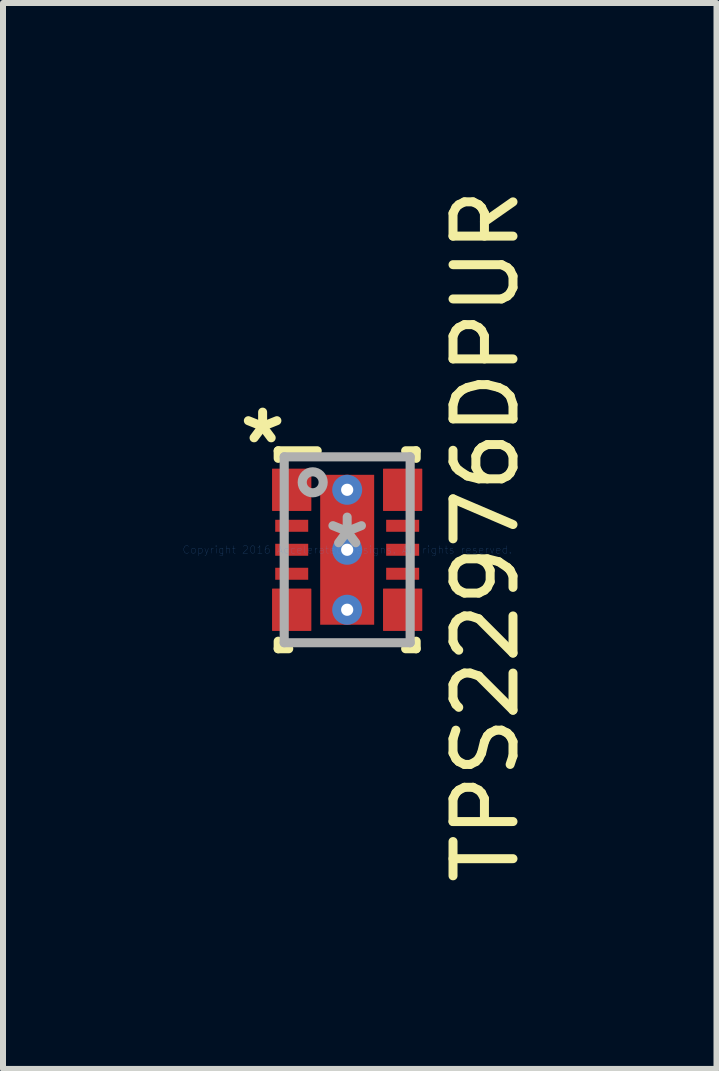
<source format=kicad_pcb>
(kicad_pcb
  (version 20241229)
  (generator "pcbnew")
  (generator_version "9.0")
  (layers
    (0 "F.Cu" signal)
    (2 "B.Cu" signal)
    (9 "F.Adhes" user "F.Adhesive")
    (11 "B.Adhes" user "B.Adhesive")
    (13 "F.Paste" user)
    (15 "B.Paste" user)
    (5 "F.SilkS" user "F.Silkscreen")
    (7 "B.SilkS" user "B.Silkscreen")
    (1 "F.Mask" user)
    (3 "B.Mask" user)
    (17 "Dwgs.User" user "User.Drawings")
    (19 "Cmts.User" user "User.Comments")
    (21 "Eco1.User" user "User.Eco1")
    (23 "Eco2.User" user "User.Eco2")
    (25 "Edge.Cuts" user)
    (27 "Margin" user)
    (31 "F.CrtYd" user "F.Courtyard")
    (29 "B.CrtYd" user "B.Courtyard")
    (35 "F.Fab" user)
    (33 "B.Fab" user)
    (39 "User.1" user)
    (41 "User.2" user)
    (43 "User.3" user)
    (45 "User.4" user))
  (footprint "TPS22976DPUR"
    (layer "F.Cu")
    (at 2.739 6.117)
    (property "Reference" "TPS22976DPUR" (at 2.31 -0.23 90) (layer "F.SilkS") (effects (font (size 1 1) (thickness 0.15))))
    (attr through_hole)
    (fp_line (start -1.2 -1.25) (end -1.199 -1.26) (stroke (width 0.152) (type solid)) (layer "F.Mask"))
    (fp_line (start -1.2 -1.15) (end -1.2 -1.25) (stroke (width 0.152) (type solid)) (layer "F.Mask"))
    (fp_line (start -1.2 -0.85) (end -1.199 -0.86) (stroke (width 0.152) (type solid)) (layer "F.Mask"))
    (fp_line (start -1.2 -0.75) (end -1.2 -0.85) (stroke (width 0.152) (type solid)) (layer "F.Mask"))
    (fp_line (start -1.2 0.75) (end -1.199 0.74) (stroke (width 0.152) (type solid)) (layer "F.Mask"))
    (fp_line (start -1.2 0.85) (end -1.2 0.75) (stroke (width 0.152) (type solid)) (layer "F.Mask"))
    (fp_line (start -1.2 1.15) (end -1.199 1.14) (stroke (width 0.152) (type solid)) (layer "F.Mask"))
    (fp_line (start -1.2 1.25) (end -1.2 1.15) (stroke (width 0.152) (type solid)) (layer "F.Mask"))
    (fp_line (start -1.199 -1.26) (end -1.196 -1.269) (stroke (width 0.152) (type solid)) (layer "F.Mask"))
    (fp_line (start -1.199 -1.14) (end -1.2 -1.15) (stroke (width 0.152) (type solid)) (layer "F.Mask"))
    (fp_line (start -1.199 -0.86) (end -1.196 -0.869) (stroke (width 0.152) (type solid)) (layer "F.Mask"))
    (fp_line (start -1.199 -0.74) (end -1.2 -0.75) (stroke (width 0.152) (type solid)) (layer "F.Mask"))
    (fp_line (start -1.199 0.74) (end -1.196 0.731) (stroke (width 0.152) (type solid)) (layer "F.Mask"))
    (fp_line (start -1.199 0.86) (end -1.2 0.85) (stroke (width 0.152) (type solid)) (layer "F.Mask"))
    (fp_line (start -1.199 1.14) (end -1.196 1.131) (stroke (width 0.152) (type solid)) (layer "F.Mask"))
    (fp_line (start -1.199 1.26) (end -1.2 1.25) (stroke (width 0.152) (type solid)) (layer "F.Mask"))
    (fp_line (start -1.196 -1.269) (end -1.192 -1.278) (stroke (width 0.152) (type solid)) (layer "F.Mask"))
    (fp_line (start -1.196 -1.131) (end -1.199 -1.14) (stroke (width 0.152) (type solid)) (layer "F.Mask"))
    (fp_line (start -1.196 -0.869) (end -1.192 -0.878) (stroke (width 0.152) (type solid)) (layer "F.Mask"))
    (fp_line (start -1.196 -0.731) (end -1.199 -0.74) (stroke (width 0.152) (type solid)) (layer "F.Mask"))
    (fp_line (start -1.196 0.731) (end -1.192 0.722) (stroke (width 0.152) (type solid)) (layer "F.Mask"))
    (fp_line (start -1.196 0.869) (end -1.199 0.86) (stroke (width 0.152) (type solid)) (layer "F.Mask"))
    (fp_line (start -1.196 1.131) (end -1.192 1.122) (stroke (width 0.152) (type solid)) (layer "F.Mask"))
    (fp_line (start -1.196 1.269) (end -1.199 1.26) (stroke (width 0.152) (type solid)) (layer "F.Mask"))
    (fp_line (start -1.192 -1.278) (end -1.185 -1.285) (stroke (width 0.152) (type solid)) (layer "F.Mask"))
    (fp_line (start -1.192 -1.122) (end -1.196 -1.131) (stroke (width 0.152) (type solid)) (layer "F.Mask"))
    (fp_line (start -1.192 -0.878) (end -1.185 -0.885) (stroke (width 0.152) (type solid)) (layer "F.Mask"))
    (fp_line (start -1.192 -0.722) (end -1.196 -0.731) (stroke (width 0.152) (type solid)) (layer "F.Mask"))
    (fp_line (start -1.192 0.722) (end -1.185 0.715) (stroke (width 0.152) (type solid)) (layer "F.Mask"))
    (fp_line (start -1.192 0.878) (end -1.196 0.869) (stroke (width 0.152) (type solid)) (layer "F.Mask"))
    (fp_line (start -1.192 1.122) (end -1.185 1.115) (stroke (width 0.152) (type solid)) (layer "F.Mask"))
    (fp_line (start -1.192 1.278) (end -1.196 1.269) (stroke (width 0.152) (type solid)) (layer "F.Mask"))
    (fp_line (start -1.185 -1.285) (end -1.178 -1.292) (stroke (width 0.152) (type solid)) (layer "F.Mask"))
    (fp_line (start -1.185 -1.115) (end -1.192 -1.122) (stroke (width 0.152) (type solid)) (layer "F.Mask"))
    (fp_line (start -1.185 -0.885) (end -1.178 -0.892) (stroke (width 0.152) (type solid)) (layer "F.Mask"))
    (fp_line (start -1.185 -0.715) (end -1.192 -0.722) (stroke (width 0.152) (type solid)) (layer "F.Mask"))
    (fp_line (start -1.185 0.715) (end -1.178 0.708) (stroke (width 0.152) (type solid)) (layer "F.Mask"))
    (fp_line (start -1.185 0.885) (end -1.192 0.878) (stroke (width 0.152) (type solid)) (layer "F.Mask"))
    (fp_line (start -1.185 1.115) (end -1.178 1.108) (stroke (width 0.152) (type solid)) (layer "F.Mask"))
    (fp_line (start -1.185 1.285) (end -1.192 1.278) (stroke (width 0.152) (type solid)) (layer "F.Mask"))
    (fp_line (start -1.178 -1.292) (end -1.169 -1.296) (stroke (width 0.152) (type solid)) (layer "F.Mask"))
    (fp_line (start -1.178 -1.108) (end -1.185 -1.115) (stroke (width 0.152) (type solid)) (layer "F.Mask"))
    (fp_line (start -1.178 -0.892) (end -1.169 -0.896) (stroke (width 0.152) (type solid)) (layer "F.Mask"))
    (fp_line (start -1.178 -0.708) (end -1.185 -0.715) (stroke (width 0.152) (type solid)) (layer "F.Mask"))
    (fp_line (start -1.178 0.708) (end -1.169 0.704) (stroke (width 0.152) (type solid)) (layer "F.Mask"))
    (fp_line (start -1.178 0.892) (end -1.185 0.885) (stroke (width 0.152) (type solid)) (layer "F.Mask"))
    (fp_line (start -1.178 1.108) (end -1.169 1.104) (stroke (width 0.152) (type solid)) (layer "F.Mask"))
    (fp_line (start -1.178 1.292) (end -1.185 1.285) (stroke (width 0.152) (type solid)) (layer "F.Mask"))
    (fp_line (start -1.169 -1.296) (end -1.16 -1.299) (stroke (width 0.152) (type solid)) (layer "F.Mask"))
    (fp_line (start -1.169 -1.104) (end -1.178 -1.108) (stroke (width 0.152) (type solid)) (layer "F.Mask"))
    (fp_line (start -1.169 -0.896) (end -1.16 -0.899) (stroke (width 0.152) (type solid)) (layer "F.Mask"))
    (fp_line (start -1.169 -0.704) (end -1.178 -0.708) (stroke (width 0.152) (type solid)) (layer "F.Mask"))
    (fp_line (start -1.169 0.704) (end -1.16 0.701) (stroke (width 0.152) (type solid)) (layer "F.Mask"))
    (fp_line (start -1.169 0.896) (end -1.178 0.892) (stroke (width 0.152) (type solid)) (layer "F.Mask"))
    (fp_line (start -1.169 1.104) (end -1.16 1.101) (stroke (width 0.152) (type solid)) (layer "F.Mask"))
    (fp_line (start -1.169 1.296) (end -1.178 1.292) (stroke (width 0.152) (type solid)) (layer "F.Mask"))
    (fp_line (start -1.16 -1.299) (end -1.15 -1.3) (stroke (width 0.152) (type solid)) (layer "F.Mask"))
    (fp_line (start -1.16 -1.101) (end -1.169 -1.104) (stroke (width 0.152) (type solid)) (layer "F.Mask"))
    (fp_line (start -1.16 -0.899) (end -1.15 -0.9) (stroke (width 0.152) (type solid)) (layer "F.Mask"))
    (fp_line (start -1.16 -0.701) (end -1.169 -0.704) (stroke (width 0.152) (type solid)) (layer "F.Mask"))
    (fp_line (start -1.16 0.701) (end -1.15 0.7) (stroke (width 0.152) (type solid)) (layer "F.Mask"))
    (fp_line (start -1.16 0.899) (end -1.169 0.896) (stroke (width 0.152) (type solid)) (layer "F.Mask"))
    (fp_line (start -1.16 1.101) (end -1.15 1.1) (stroke (width 0.152) (type solid)) (layer "F.Mask"))
    (fp_line (start -1.16 1.299) (end -1.169 1.296) (stroke (width 0.152) (type solid)) (layer "F.Mask"))
    (fp_line (start -1.15 -1.3) (end -0.7 -1.3) (stroke (width 0.152) (type solid)) (layer "F.Mask"))
    (fp_line (start -1.15 -1.1) (end -1.16 -1.101) (stroke (width 0.152) (type solid)) (layer "F.Mask"))
    (fp_line (start -1.15 -0.9) (end -0.7 -0.9) (stroke (width 0.152) (type solid)) (layer "F.Mask"))
    (fp_line (start -1.15 -0.7) (end -1.16 -0.701) (stroke (width 0.152) (type solid)) (layer "F.Mask"))
    (fp_line (start -1.15 0.7) (end -0.7 0.7) (stroke (width 0.152) (type solid)) (layer "F.Mask"))
    (fp_line (start -1.15 0.9) (end -1.16 0.899) (stroke (width 0.152) (type solid)) (layer "F.Mask"))
    (fp_line (start -1.15 1.1) (end -0.7 1.1) (stroke (width 0.152) (type solid)) (layer "F.Mask"))
    (fp_line (start -1.15 1.3) (end -1.16 1.299) (stroke (width 0.152) (type solid)) (layer "F.Mask"))
    (fp_line (start -0.85 -1.25) (end -0.849 -1.26) (stroke (width 0.152) (type solid)) (layer "F.Mask"))
    (fp_line (start -0.85 -0.75) (end -0.85 -1.25) (stroke (width 0.152) (type solid)) (layer "F.Mask"))
    (fp_line (start -0.85 0.75) (end -0.849 0.74) (stroke (width 0.152) (type solid)) (layer "F.Mask"))
    (fp_line (start -0.85 1.25) (end -0.85 0.75) (stroke (width 0.152) (type solid)) (layer "F.Mask"))
    (fp_line (start -0.849 -1.26) (end -0.846 -1.269) (stroke (width 0.152) (type solid)) (layer "F.Mask"))
    (fp_line (start -0.849 -0.74) (end -0.85 -0.75) (stroke (width 0.152) (type solid)) (layer "F.Mask"))
    (fp_line (start -0.849 0.74) (end -0.846 0.731) (stroke (width 0.152) (type solid)) (layer "F.Mask"))
    (fp_line (start -0.849 1.26) (end -0.85 1.25) (stroke (width 0.152) (type solid)) (layer "F.Mask"))
    (fp_line (start -0.846 -1.269) (end -0.842 -1.278) (stroke (width 0.152) (type solid)) (layer "F.Mask"))
    (fp_line (start -0.846 -0.731) (end -0.849 -0.74) (stroke (width 0.152) (type solid)) (layer "F.Mask"))
    (fp_line (start -0.846 0.731) (end -0.842 0.722) (stroke (width 0.152) (type solid)) (layer "F.Mask"))
    (fp_line (start -0.846 1.269) (end -0.849 1.26) (stroke (width 0.152) (type solid)) (layer "F.Mask"))
    (fp_line (start -0.842 -1.278) (end -0.835 -1.285) (stroke (width 0.152) (type solid)) (layer "F.Mask"))
    (fp_line (start -0.842 -0.722) (end -0.846 -0.731) (stroke (width 0.152) (type solid)) (layer "F.Mask"))
    (fp_line (start -0.842 0.722) (end -0.835 0.715) (stroke (width 0.152) (type solid)) (layer "F.Mask"))
    (fp_line (start -0.842 1.278) (end -0.846 1.269) (stroke (width 0.152) (type solid)) (layer "F.Mask"))
    (fp_line (start -0.835 -1.285) (end -0.828 -1.292) (stroke (width 0.152) (type solid)) (layer "F.Mask"))
    (fp_line (start -0.835 -0.715) (end -0.842 -0.722) (stroke (width 0.152) (type solid)) (layer "F.Mask"))
    (fp_line (start -0.835 0.715) (end -0.828 0.708) (stroke (width 0.152) (type solid)) (layer "F.Mask"))
    (fp_line (start -0.835 1.285) (end -0.842 1.278) (stroke (width 0.152) (type solid)) (layer "F.Mask"))
    (fp_line (start -0.828 -1.292) (end -0.819 -1.296) (stroke (width 0.152) (type solid)) (layer "F.Mask"))
    (fp_line (start -0.828 -0.708) (end -0.835 -0.715) (stroke (width 0.152) (type solid)) (layer "F.Mask"))
    (fp_line (start -0.828 0.708) (end -0.819 0.704) (stroke (width 0.152) (type solid)) (layer "F.Mask"))
    (fp_line (start -0.828 1.292) (end -0.835 1.285) (stroke (width 0.152) (type solid)) (layer "F.Mask"))
    (fp_line (start -0.819 -1.296) (end -0.81 -1.299) (stroke (width 0.152) (type solid)) (layer "F.Mask"))
    (fp_line (start -0.819 -0.704) (end -0.828 -0.708) (stroke (width 0.152) (type solid)) (layer "F.Mask"))
    (fp_line (start -0.819 0.704) (end -0.81 0.701) (stroke (width 0.152) (type solid)) (layer "F.Mask"))
    (fp_line (start -0.819 1.296) (end -0.828 1.292) (stroke (width 0.152) (type solid)) (layer "F.Mask"))
    (fp_line (start -0.81 -1.299) (end -0.8 -1.3) (stroke (width 0.152) (type solid)) (layer "F.Mask"))
    (fp_line (start -0.81 -0.701) (end -0.819 -0.704) (stroke (width 0.152) (type solid)) (layer "F.Mask"))
    (fp_line (start -0.81 0.701) (end -0.8 0.7) (stroke (width 0.152) (type solid)) (layer "F.Mask"))
    (fp_line (start -0.81 1.299) (end -0.819 1.296) (stroke (width 0.152) (type solid)) (layer "F.Mask"))
    (fp_line (start -0.8 -1.3) (end -0.7 -1.3) (stroke (width 0.152) (type solid)) (layer "F.Mask"))
    (fp_line (start -0.8 -0.7) (end -0.81 -0.701) (stroke (width 0.152) (type solid)) (layer "F.Mask"))
    (fp_line (start -0.8 0.7) (end -0.7 0.7) (stroke (width 0.152) (type solid)) (layer "F.Mask"))
    (fp_line (start -0.8 1.3) (end -0.81 1.299) (stroke (width 0.152) (type solid)) (layer "F.Mask"))
    (fp_line (start -0.7 -1.3) (end -0.69 -1.299) (stroke (width 0.152) (type solid)) (layer "F.Mask"))
    (fp_line (start -0.7 -1.3) (end -0.69 -1.299) (stroke (width 0.152) (type solid)) (layer "F.Mask"))
    (fp_line (start -0.7 -1.1) (end -1.15 -1.1) (stroke (width 0.152) (type solid)) (layer "F.Mask"))
    (fp_line (start -0.7 -0.9) (end -0.69 -0.899) (stroke (width 0.152) (type solid)) (layer "F.Mask"))
    (fp_line (start -0.7 -0.7) (end -1.15 -0.7) (stroke (width 0.152) (type solid)) (layer "F.Mask"))
    (fp_line (start -0.7 -0.7) (end -0.8 -0.7) (stroke (width 0.152) (type solid)) (layer "F.Mask"))
    (fp_line (start -0.7 0.7) (end -0.69 0.701) (stroke (width 0.152) (type solid)) (layer "F.Mask"))
    (fp_line (start -0.7 0.7) (end -0.69 0.701) (stroke (width 0.152) (type solid)) (layer "F.Mask"))
    (fp_line (start -0.7 0.9) (end -1.15 0.9) (stroke (width 0.152) (type solid)) (layer "F.Mask"))
    (fp_line (start -0.7 1.1) (end -0.69 1.101) (stroke (width 0.152) (type solid)) (layer "F.Mask"))
    (fp_line (start -0.7 1.3) (end -1.15 1.3) (stroke (width 0.152) (type solid)) (layer "F.Mask"))
    (fp_line (start -0.7 1.3) (end -0.8 1.3) (stroke (width 0.152) (type solid)) (layer "F.Mask"))
    (fp_line (start -0.69 -1.299) (end -0.681 -1.296) (stroke (width 0.152) (type solid)) (layer "F.Mask"))
    (fp_line (start -0.69 -0.701) (end -0.7 -0.7) (stroke (width 0.152) (type solid)) (layer "F.Mask"))
    (fp_line (start -0.69 0.701) (end -0.681 0.704) (stroke (width 0.152) (type solid)) (layer "F.Mask"))
    (fp_line (start -0.69 1.299) (end -0.7 1.3) (stroke (width 0.152) (type solid)) (layer "F.Mask"))
    (fp_line (start -0.69 -1.299) (end -0.681 -1.296) (stroke (width 0.152) (type solid)) (layer "F.Mask"))
    (fp_line (start -0.69 -1.101) (end -0.7 -1.1) (stroke (width 0.152) (type solid)) (layer "F.Mask"))
    (fp_line (start -0.69 -0.899) (end -0.681 -0.896) (stroke (width 0.152) (type solid)) (layer "F.Mask"))
    (fp_line (start -0.69 -0.701) (end -0.7 -0.7) (stroke (width 0.152) (type solid)) (layer "F.Mask"))
    (fp_line (start -0.69 0.701) (end -0.681 0.704) (stroke (width 0.152) (type solid)) (layer "F.Mask"))
    (fp_line (start -0.69 0.899) (end -0.7 0.9) (stroke (width 0.152) (type solid)) (layer "F.Mask"))
    (fp_line (start -0.69 1.101) (end -0.681 1.104) (stroke (width 0.152) (type solid)) (layer "F.Mask"))
    (fp_line (start -0.69 1.299) (end -0.7 1.3) (stroke (width 0.152) (type solid)) (layer "F.Mask"))
    (fp_line (start -0.681 -1.296) (end -0.672 -1.292) (stroke (width 0.152) (type solid)) (layer "F.Mask"))
    (fp_line (start -0.681 -0.704) (end -0.69 -0.701) (stroke (width 0.152) (type solid)) (layer "F.Mask"))
    (fp_line (start -0.681 0.704) (end -0.672 0.708) (stroke (width 0.152) (type solid)) (layer "F.Mask"))
    (fp_line (start -0.681 1.296) (end -0.69 1.299) (stroke (width 0.152) (type solid)) (layer "F.Mask"))
    (fp_line (start -0.681 -1.296) (end -0.672 -1.292) (stroke (width 0.152) (type solid)) (layer "F.Mask"))
    (fp_line (start -0.681 -1.104) (end -0.69 -1.101) (stroke (width 0.152) (type solid)) (layer "F.Mask"))
    (fp_line (start -0.681 -0.896) (end -0.672 -0.892) (stroke (width 0.152) (type solid)) (layer "F.Mask"))
    (fp_line (start -0.681 -0.704) (end -0.69 -0.701) (stroke (width 0.152) (type solid)) (layer "F.Mask"))
    (fp_line (start -0.681 0.704) (end -0.672 0.708) (stroke (width 0.152) (type solid)) (layer "F.Mask"))
    (fp_line (start -0.681 0.896) (end -0.69 0.899) (stroke (width 0.152) (type solid)) (layer "F.Mask"))
    (fp_line (start -0.681 1.104) (end -0.672 1.108) (stroke (width 0.152) (type solid)) (layer "F.Mask"))
    (fp_line (start -0.681 1.296) (end -0.69 1.299) (stroke (width 0.152) (type solid)) (layer "F.Mask"))
    (fp_line (start -0.672 -1.292) (end -0.665 -1.285) (stroke (width 0.152) (type solid)) (layer "F.Mask"))
    (fp_line (start -0.672 -0.708) (end -0.681 -0.704) (stroke (width 0.152) (type solid)) (layer "F.Mask"))
    (fp_line (start -0.672 0.708) (end -0.665 0.715) (stroke (width 0.152) (type solid)) (layer "F.Mask"))
    (fp_line (start -0.672 1.292) (end -0.681 1.296) (stroke (width 0.152) (type solid)) (layer "F.Mask"))
    (fp_line (start -0.672 -1.292) (end -0.665 -1.285) (stroke (width 0.152) (type solid)) (layer "F.Mask"))
    (fp_line (start -0.672 -1.108) (end -0.681 -1.104) (stroke (width 0.152) (type solid)) (layer "F.Mask"))
    (fp_line (start -0.672 -0.892) (end -0.665 -0.885) (stroke (width 0.152) (type solid)) (layer "F.Mask"))
    (fp_line (start -0.672 -0.708) (end -0.681 -0.704) (stroke (width 0.152) (type solid)) (layer "F.Mask"))
    (fp_line (start -0.672 0.708) (end -0.665 0.715) (stroke (width 0.152) (type solid)) (layer "F.Mask"))
    (fp_line (start -0.672 0.892) (end -0.681 0.896) (stroke (width 0.152) (type solid)) (layer "F.Mask"))
    (fp_line (start -0.672 1.108) (end -0.665 1.115) (stroke (width 0.152) (type solid)) (layer "F.Mask"))
    (fp_line (start -0.672 1.292) (end -0.681 1.296) (stroke (width 0.152) (type solid)) (layer "F.Mask"))
    (fp_line (start -0.665 -1.285) (end -0.658 -1.278) (stroke (width 0.152) (type solid)) (layer "F.Mask"))
    (fp_line (start -0.665 -0.715) (end -0.672 -0.708) (stroke (width 0.152) (type solid)) (layer "F.Mask"))
    (fp_line (start -0.665 0.715) (end -0.658 0.722) (stroke (width 0.152) (type solid)) (layer "F.Mask"))
    (fp_line (start -0.665 1.285) (end -0.672 1.292) (stroke (width 0.152) (type solid)) (layer "F.Mask"))
    (fp_line (start -0.665 -1.285) (end -0.658 -1.278) (stroke (width 0.152) (type solid)) (layer "F.Mask"))
    (fp_line (start -0.665 -1.115) (end -0.672 -1.108) (stroke (width 0.152) (type solid)) (layer "F.Mask"))
    (fp_line (start -0.665 -0.885) (end -0.658 -0.878) (stroke (width 0.152) (type solid)) (layer "F.Mask"))
    (fp_line (start -0.665 -0.715) (end -0.672 -0.708) (stroke (width 0.152) (type solid)) (layer "F.Mask"))
    (fp_line (start -0.665 0.715) (end -0.658 0.722) (stroke (width 0.152) (type solid)) (layer "F.Mask"))
    (fp_line (start -0.665 0.885) (end -0.672 0.892) (stroke (width 0.152) (type solid)) (layer "F.Mask"))
    (fp_line (start -0.665 1.115) (end -0.658 1.122) (stroke (width 0.152) (type solid)) (layer "F.Mask"))
    (fp_line (start -0.665 1.285) (end -0.672 1.292) (stroke (width 0.152) (type solid)) (layer "F.Mask"))
    (fp_line (start -0.658 -1.278) (end -0.654 -1.269) (stroke (width 0.152) (type solid)) (layer "F.Mask"))
    (fp_line (start -0.658 -0.722) (end -0.665 -0.715) (stroke (width 0.152) (type solid)) (layer "F.Mask"))
    (fp_line (start -0.658 0.722) (end -0.654 0.731) (stroke (width 0.152) (type solid)) (layer "F.Mask"))
    (fp_line (start -0.658 1.278) (end -0.665 1.285) (stroke (width 0.152) (type solid)) (layer "F.Mask"))
    (fp_line (start -0.658 -1.278) (end -0.654 -1.269) (stroke (width 0.152) (type solid)) (layer "F.Mask"))
    (fp_line (start -0.658 -1.122) (end -0.665 -1.115) (stroke (width 0.152) (type solid)) (layer "F.Mask"))
    (fp_line (start -0.658 -0.878) (end -0.654 -0.869) (stroke (width 0.152) (type solid)) (layer "F.Mask"))
    (fp_line (start -0.658 -0.722) (end -0.665 -0.715) (stroke (width 0.152) (type solid)) (layer "F.Mask"))
    (fp_line (start -0.658 0.722) (end -0.654 0.731) (stroke (width 0.152) (type solid)) (layer "F.Mask"))
    (fp_line (start -0.658 0.878) (end -0.665 0.885) (stroke (width 0.152) (type solid)) (layer "F.Mask"))
    (fp_line (start -0.658 1.122) (end -0.654 1.131) (stroke (width 0.152) (type solid)) (layer "F.Mask"))
    (fp_line (start -0.658 1.278) (end -0.665 1.285) (stroke (width 0.152) (type solid)) (layer "F.Mask"))
    (fp_line (start -0.654 -1.269) (end -0.651 -1.26) (stroke (width 0.152) (type solid)) (layer "F.Mask"))
    (fp_line (start -0.654 -1.269) (end -0.651 -1.26) (stroke (width 0.152) (type solid)) (layer "F.Mask"))
    (fp_line (start -0.654 -1.131) (end -0.658 -1.122) (stroke (width 0.152) (type solid)) (layer "F.Mask"))
    (fp_line (start -0.654 -0.869) (end -0.651 -0.86) (stroke (width 0.152) (type solid)) (layer "F.Mask"))
    (fp_line (start -0.654 -0.731) (end -0.658 -0.722) (stroke (width 0.152) (type solid)) (layer "F.Mask"))
    (fp_line (start -0.654 -0.731) (end -0.658 -0.722) (stroke (width 0.152) (type solid)) (layer "F.Mask"))
    (fp_line (start -0.654 0.731) (end -0.651 0.74) (stroke (width 0.152) (type solid)) (layer "F.Mask"))
    (fp_line (start -0.654 0.731) (end -0.651 0.74) (stroke (width 0.152) (type solid)) (layer "F.Mask"))
    (fp_line (start -0.654 0.869) (end -0.658 0.878) (stroke (width 0.152) (type solid)) (layer "F.Mask"))
    (fp_line (start -0.654 1.131) (end -0.651 1.14) (stroke (width 0.152) (type solid)) (layer "F.Mask"))
    (fp_line (start -0.654 1.269) (end -0.658 1.278) (stroke (width 0.152) (type solid)) (layer "F.Mask"))
    (fp_line (start -0.654 1.269) (end -0.658 1.278) (stroke (width 0.152) (type solid)) (layer "F.Mask"))
    (fp_line (start -0.651 -1.26) (end -0.65 -1.25) (stroke (width 0.152) (type solid)) (layer "F.Mask"))
    (fp_line (start -0.651 -1.26) (end -0.65 -1.25) (stroke (width 0.152) (type solid)) (layer "F.Mask"))
    (fp_line (start -0.651 -1.14) (end -0.654 -1.131) (stroke (width 0.152) (type solid)) (layer "F.Mask"))
    (fp_line (start -0.651 -0.86) (end -0.65 -0.85) (stroke (width 0.152) (type solid)) (layer "F.Mask"))
    (fp_line (start -0.651 -0.74) (end -0.654 -0.731) (stroke (width 0.152) (type solid)) (layer "F.Mask"))
    (fp_line (start -0.651 -0.74) (end -0.654 -0.731) (stroke (width 0.152) (type solid)) (layer "F.Mask"))
    (fp_line (start -0.651 0.74) (end -0.65 0.75) (stroke (width 0.152) (type solid)) (layer "F.Mask"))
    (fp_line (start -0.651 0.74) (end -0.65 0.75) (stroke (width 0.152) (type solid)) (layer "F.Mask"))
    (fp_line (start -0.651 0.86) (end -0.654 0.869) (stroke (width 0.152) (type solid)) (layer "F.Mask"))
    (fp_line (start -0.651 1.14) (end -0.65 1.15) (stroke (width 0.152) (type solid)) (layer "F.Mask"))
    (fp_line (start -0.651 1.26) (end -0.654 1.269) (stroke (width 0.152) (type solid)) (layer "F.Mask"))
    (fp_line (start -0.651 1.26) (end -0.654 1.269) (stroke (width 0.152) (type solid)) (layer "F.Mask"))
    (fp_line (start -0.65 -1.25) (end -0.65 -1.15) (stroke (width 0.152) (type solid)) (layer "F.Mask"))
    (fp_line (start -0.65 -1.25) (end -0.65 -0.75) (stroke (width 0.152) (type solid)) (layer "F.Mask"))
    (fp_line (start -0.65 -1.15) (end -0.651 -1.14) (stroke (width 0.152) (type solid)) (layer "F.Mask"))
    (fp_line (start -0.65 -0.85) (end -0.65 -0.75) (stroke (width 0.152) (type solid)) (layer "F.Mask"))
    (fp_line (start -0.65 -0.75) (end -0.651 -0.74) (stroke (width 0.152) (type solid)) (layer "F.Mask"))
    (fp_line (start -0.65 -0.75) (end -0.651 -0.74) (stroke (width 0.152) (type solid)) (layer "F.Mask"))
    (fp_line (start -0.65 0.75) (end -0.65 0.85) (stroke (width 0.152) (type solid)) (layer "F.Mask"))
    (fp_line (start -0.65 0.75) (end -0.65 1.25) (stroke (width 0.152) (type solid)) (layer "F.Mask"))
    (fp_line (start -0.65 0.85) (end -0.651 0.86) (stroke (width 0.152) (type solid)) (layer "F.Mask"))
    (fp_line (start -0.65 1.15) (end -0.65 1.25) (stroke (width 0.152) (type solid)) (layer "F.Mask"))
    (fp_line (start -0.65 1.25) (end -0.651 1.26) (stroke (width 0.152) (type solid)) (layer "F.Mask"))
    (fp_line (start -0.65 1.25) (end -0.651 1.26) (stroke (width 0.152) (type solid)) (layer "F.Mask"))
    (fp_line (start 0.65 -1.25) (end 0.651 -1.26) (stroke (width 0.152) (type solid)) (layer "F.Mask"))
    (fp_line (start 0.65 -1.25) (end 0.651 -1.26) (stroke (width 0.152) (type solid)) (layer "F.Mask"))
    (fp_line (start 0.65 -1.15) (end 0.65 -1.25) (stroke (width 0.152) (type solid)) (layer "F.Mask"))
    (fp_line (start 0.65 -0.85) (end 0.651 -0.86) (stroke (width 0.152) (type solid)) (layer "F.Mask"))
    (fp_line (start 0.65 -0.75) (end 0.65 -1.25) (stroke (width 0.152) (type solid)) (layer "F.Mask"))
    (fp_line (start 0.65 -0.75) (end 0.65 -0.85) (stroke (width 0.152) (type solid)) (layer "F.Mask"))
    (fp_line (start 0.65 0.75) (end 0.651 0.74) (stroke (width 0.152) (type solid)) (layer "F.Mask"))
    (fp_line (start 0.65 0.75) (end 0.651 0.74) (stroke (width 0.152) (type solid)) (layer "F.Mask"))
    (fp_line (start 0.65 0.85) (end 0.65 0.75) (stroke (width 0.152) (type solid)) (layer "F.Mask"))
    (fp_line (start 0.65 1.15) (end 0.651 1.14) (stroke (width 0.152) (type solid)) (layer "F.Mask"))
    (fp_line (start 0.65 1.25) (end 0.65 0.75) (stroke (width 0.152) (type solid)) (layer "F.Mask"))
    (fp_line (start 0.65 1.25) (end 0.65 1.15) (stroke (width 0.152) (type solid)) (layer "F.Mask"))
    (fp_line (start 0.651 -1.26) (end 0.654 -1.269) (stroke (width 0.152) (type solid)) (layer "F.Mask"))
    (fp_line (start 0.651 -1.26) (end 0.654 -1.269) (stroke (width 0.152) (type solid)) (layer "F.Mask"))
    (fp_line (start 0.651 -1.14) (end 0.65 -1.15) (stroke (width 0.152) (type solid)) (layer "F.Mask"))
    (fp_line (start 0.651 -0.86) (end 0.654 -0.869) (stroke (width 0.152) (type solid)) (layer "F.Mask"))
    (fp_line (start 0.651 -0.74) (end 0.65 -0.75) (stroke (width 0.152) (type solid)) (layer "F.Mask"))
    (fp_line (start 0.651 -0.74) (end 0.65 -0.75) (stroke (width 0.152) (type solid)) (layer "F.Mask"))
    (fp_line (start 0.651 0.74) (end 0.654 0.731) (stroke (width 0.152) (type solid)) (layer "F.Mask"))
    (fp_line (start 0.651 0.74) (end 0.654 0.731) (stroke (width 0.152) (type solid)) (layer "F.Mask"))
    (fp_line (start 0.651 0.86) (end 0.65 0.85) (stroke (width 0.152) (type solid)) (layer "F.Mask"))
    (fp_line (start 0.651 1.14) (end 0.654 1.131) (stroke (width 0.152) (type solid)) (layer "F.Mask"))
    (fp_line (start 0.651 1.26) (end 0.65 1.25) (stroke (width 0.152) (type solid)) (layer "F.Mask"))
    (fp_line (start 0.651 1.26) (end 0.65 1.25) (stroke (width 0.152) (type solid)) (layer "F.Mask"))
    (fp_line (start 0.654 -1.269) (end 0.658 -1.278) (stroke (width 0.152) (type solid)) (layer "F.Mask"))
    (fp_line (start 0.654 -1.269) (end 0.658 -1.278) (stroke (width 0.152) (type solid)) (layer "F.Mask"))
    (fp_line (start 0.654 -1.131) (end 0.651 -1.14) (stroke (width 0.152) (type solid)) (layer "F.Mask"))
    (fp_line (start 0.654 -0.869) (end 0.658 -0.878) (stroke (width 0.152) (type solid)) (layer "F.Mask"))
    (fp_line (start 0.654 -0.731) (end 0.651 -0.74) (stroke (width 0.152) (type solid)) (layer "F.Mask"))
    (fp_line (start 0.654 -0.731) (end 0.651 -0.74) (stroke (width 0.152) (type solid)) (layer "F.Mask"))
    (fp_line (start 0.654 0.731) (end 0.658 0.722) (stroke (width 0.152) (type solid)) (layer "F.Mask"))
    (fp_line (start 0.654 0.731) (end 0.658 0.722) (stroke (width 0.152) (type solid)) (layer "F.Mask"))
    (fp_line (start 0.654 0.869) (end 0.651 0.86) (stroke (width 0.152) (type solid)) (layer "F.Mask"))
    (fp_line (start 0.654 1.131) (end 0.658 1.122) (stroke (width 0.152) (type solid)) (layer "F.Mask"))
    (fp_line (start 0.654 1.269) (end 0.651 1.26) (stroke (width 0.152) (type solid)) (layer "F.Mask"))
    (fp_line (start 0.654 1.269) (end 0.651 1.26) (stroke (width 0.152) (type solid)) (layer "F.Mask"))
    (fp_line (start 0.658 -1.278) (end 0.665 -1.285) (stroke (width 0.152) (type solid)) (layer "F.Mask"))
    (fp_line (start 0.658 -1.122) (end 0.654 -1.131) (stroke (width 0.152) (type solid)) (layer "F.Mask"))
    (fp_line (start 0.658 -0.878) (end 0.665 -0.885) (stroke (width 0.152) (type solid)) (layer "F.Mask"))
    (fp_line (start 0.658 -0.722) (end 0.654 -0.731) (stroke (width 0.152) (type solid)) (layer "F.Mask"))
    (fp_line (start 0.658 0.722) (end 0.665 0.715) (stroke (width 0.152) (type solid)) (layer "F.Mask"))
    (fp_line (start 0.658 0.878) (end 0.654 0.869) (stroke (width 0.152) (type solid)) (layer "F.Mask"))
    (fp_line (start 0.658 1.122) (end 0.665 1.115) (stroke (width 0.152) (type solid)) (layer "F.Mask"))
    (fp_line (start 0.658 1.278) (end 0.654 1.269) (stroke (width 0.152) (type solid)) (layer "F.Mask"))
    (fp_line (start 0.658 -1.278) (end 0.665 -1.285) (stroke (width 0.152) (type solid)) (layer "F.Mask"))
    (fp_line (start 0.658 -0.722) (end 0.654 -0.731) (stroke (width 0.152) (type solid)) (layer "F.Mask"))
    (fp_line (start 0.658 0.722) (end 0.665 0.715) (stroke (width 0.152) (type solid)) (layer "F.Mask"))
    (fp_line (start 0.658 1.278) (end 0.654 1.269) (stroke (width 0.152) (type solid)) (layer "F.Mask"))
    (fp_line (start 0.665 -1.285) (end 0.672 -1.292) (stroke (width 0.152) (type solid)) (layer "F.Mask"))
    (fp_line (start 0.665 -1.115) (end 0.658 -1.122) (stroke (width 0.152) (type solid)) (layer "F.Mask"))
    (fp_line (start 0.665 -0.885) (end 0.672 -0.892) (stroke (width 0.152) (type solid)) (layer "F.Mask"))
    (fp_line (start 0.665 -0.715) (end 0.658 -0.722) (stroke (width 0.152) (type solid)) (layer "F.Mask"))
    (fp_line (start 0.665 0.715) (end 0.672 0.708) (stroke (width 0.152) (type solid)) (layer "F.Mask"))
    (fp_line (start 0.665 0.885) (end 0.658 0.878) (stroke (width 0.152) (type solid)) (layer "F.Mask"))
    (fp_line (start 0.665 1.115) (end 0.672 1.108) (stroke (width 0.152) (type solid)) (layer "F.Mask"))
    (fp_line (start 0.665 1.285) (end 0.658 1.278) (stroke (width 0.152) (type solid)) (layer "F.Mask"))
    (fp_line (start 0.665 -1.285) (end 0.672 -1.292) (stroke (width 0.152) (type solid)) (layer "F.Mask"))
    (fp_line (start 0.665 -0.715) (end 0.658 -0.722) (stroke (width 0.152) (type solid)) (layer "F.Mask"))
    (fp_line (start 0.665 0.715) (end 0.672 0.708) (stroke (width 0.152) (type solid)) (layer "F.Mask"))
    (fp_line (start 0.665 1.285) (end 0.658 1.278) (stroke (width 0.152) (type solid)) (layer "F.Mask"))
    (fp_line (start 0.672 -1.292) (end 0.681 -1.296) (stroke (width 0.152) (type solid)) (layer "F.Mask"))
    (fp_line (start 0.672 -1.108) (end 0.665 -1.115) (stroke (width 0.152) (type solid)) (layer "F.Mask"))
    (fp_line (start 0.672 -0.892) (end 0.681 -0.896) (stroke (width 0.152) (type solid)) (layer "F.Mask"))
    (fp_line (start 0.672 -0.708) (end 0.665 -0.715) (stroke (width 0.152) (type solid)) (layer "F.Mask"))
    (fp_line (start 0.672 0.708) (end 0.681 0.704) (stroke (width 0.152) (type solid)) (layer "F.Mask"))
    (fp_line (start 0.672 0.892) (end 0.665 0.885) (stroke (width 0.152) (type solid)) (layer "F.Mask"))
    (fp_line (start 0.672 1.108) (end 0.681 1.104) (stroke (width 0.152) (type solid)) (layer "F.Mask"))
    (fp_line (start 0.672 1.292) (end 0.665 1.285) (stroke (width 0.152) (type solid)) (layer "F.Mask"))
    (fp_line (start 0.672 -1.292) (end 0.681 -1.296) (stroke (width 0.152) (type solid)) (layer "F.Mask"))
    (fp_line (start 0.672 -0.708) (end 0.665 -0.715) (stroke (width 0.152) (type solid)) (layer "F.Mask"))
    (fp_line (start 0.672 0.708) (end 0.681 0.704) (stroke (width 0.152) (type solid)) (layer "F.Mask"))
    (fp_line (start 0.672 1.292) (end 0.665 1.285) (stroke (width 0.152) (type solid)) (layer "F.Mask"))
    (fp_line (start 0.681 -1.296) (end 0.69 -1.299) (stroke (width 0.152) (type solid)) (layer "F.Mask"))
    (fp_line (start 0.681 -1.104) (end 0.672 -1.108) (stroke (width 0.152) (type solid)) (layer "F.Mask"))
    (fp_line (start 0.681 -0.896) (end 0.69 -0.899) (stroke (width 0.152) (type solid)) (layer "F.Mask"))
    (fp_line (start 0.681 -0.704) (end 0.672 -0.708) (stroke (width 0.152) (type solid)) (layer "F.Mask"))
    (fp_line (start 0.681 0.704) (end 0.69 0.701) (stroke (width 0.152) (type solid)) (layer "F.Mask"))
    (fp_line (start 0.681 0.896) (end 0.672 0.892) (stroke (width 0.152) (type solid)) (layer "F.Mask"))
    (fp_line (start 0.681 1.104) (end 0.69 1.101) (stroke (width 0.152) (type solid)) (layer "F.Mask"))
    (fp_line (start 0.681 1.296) (end 0.672 1.292) (stroke (width 0.152) (type solid)) (layer "F.Mask"))
    (fp_line (start 0.681 -1.296) (end 0.69 -1.299) (stroke (width 0.152) (type solid)) (layer "F.Mask"))
    (fp_line (start 0.681 -0.704) (end 0.672 -0.708) (stroke (width 0.152) (type solid)) (layer "F.Mask"))
    (fp_line (start 0.681 0.704) (end 0.69 0.701) (stroke (width 0.152) (type solid)) (layer "F.Mask"))
    (fp_line (start 0.681 1.296) (end 0.672 1.292) (stroke (width 0.152) (type solid)) (layer "F.Mask"))
    (fp_line (start 0.69 -1.299) (end 0.7 -1.3) (stroke (width 0.152) (type solid)) (layer "F.Mask"))
    (fp_line (start 0.69 -1.101) (end 0.681 -1.104) (stroke (width 0.152) (type solid)) (layer "F.Mask"))
    (fp_line (start 0.69 -0.899) (end 0.7 -0.9) (stroke (width 0.152) (type solid)) (layer "F.Mask"))
    (fp_line (start 0.69 -0.701) (end 0.681 -0.704) (stroke (width 0.152) (type solid)) (layer "F.Mask"))
    (fp_line (start 0.69 0.701) (end 0.7 0.7) (stroke (width 0.152) (type solid)) (layer "F.Mask"))
    (fp_line (start 0.69 0.899) (end 0.681 0.896) (stroke (width 0.152) (type solid)) (layer "F.Mask"))
    (fp_line (start 0.69 1.101) (end 0.7 1.1) (stroke (width 0.152) (type solid)) (layer "F.Mask"))
    (fp_line (start 0.69 1.299) (end 0.681 1.296) (stroke (width 0.152) (type solid)) (layer "F.Mask"))
    (fp_line (start 0.69 -1.299) (end 0.7 -1.3) (stroke (width 0.152) (type solid)) (layer "F.Mask"))
    (fp_line (start 0.69 -0.701) (end 0.681 -0.704) (stroke (width 0.152) (type solid)) (layer "F.Mask"))
    (fp_line (start 0.69 0.701) (end 0.7 0.7) (stroke (width 0.152) (type solid)) (layer "F.Mask"))
    (fp_line (start 0.69 1.299) (end 0.681 1.296) (stroke (width 0.152) (type solid)) (layer "F.Mask"))
    (fp_line (start 0.7 -1.3) (end 0.8 -1.3) (stroke (width 0.152) (type solid)) (layer "F.Mask"))
    (fp_line (start 0.7 -1.3) (end 1.15 -1.3) (stroke (width 0.152) (type solid)) (layer "F.Mask"))
    (fp_line (start 0.7 -1.1) (end 0.69 -1.101) (stroke (width 0.152) (type solid)) (layer "F.Mask"))
    (fp_line (start 0.7 -0.9) (end 1.15 -0.9) (stroke (width 0.152) (type solid)) (layer "F.Mask"))
    (fp_line (start 0.7 -0.7) (end 0.69 -0.701) (stroke (width 0.152) (type solid)) (layer "F.Mask"))
    (fp_line (start 0.7 -0.7) (end 0.69 -0.701) (stroke (width 0.152) (type solid)) (layer "F.Mask"))
    (fp_line (start 0.7 0.7) (end 0.8 0.7) (stroke (width 0.152) (type solid)) (layer "F.Mask"))
    (fp_line (start 0.7 0.7) (end 1.15 0.7) (stroke (width 0.152) (type solid)) (layer "F.Mask"))
    (fp_line (start 0.7 0.9) (end 0.69 0.899) (stroke (width 0.152) (type solid)) (layer "F.Mask"))
    (fp_line (start 0.7 1.1) (end 1.15 1.1) (stroke (width 0.152) (type solid)) (layer "F.Mask"))
    (fp_line (start 0.7 1.3) (end 0.69 1.299) (stroke (width 0.152) (type solid)) (layer "F.Mask"))
    (fp_line (start 0.7 1.3) (end 0.69 1.299) (stroke (width 0.152) (type solid)) (layer "F.Mask"))
    (fp_line (start 0.8 -1.3) (end 0.81 -1.299) (stroke (width 0.152) (type solid)) (layer "F.Mask"))
    (fp_line (start 0.8 -0.7) (end 0.7 -0.7) (stroke (width 0.152) (type solid)) (layer "F.Mask"))
    (fp_line (start 0.8 0.7) (end 0.81 0.701) (stroke (width 0.152) (type solid)) (layer "F.Mask"))
    (fp_line (start 0.8 1.3) (end 0.7 1.3) (stroke (width 0.152) (type solid)) (layer "F.Mask"))
    (fp_line (start 0.81 -1.299) (end 0.819 -1.296) (stroke (width 0.152) (type solid)) (layer "F.Mask"))
    (fp_line (start 0.81 -0.701) (end 0.8 -0.7) (stroke (width 0.152) (type solid)) (layer "F.Mask"))
    (fp_line (start 0.81 0.701) (end 0.819 0.704) (stroke (width 0.152) (type solid)) (layer "F.Mask"))
    (fp_line (start 0.81 1.299) (end 0.8 1.3) (stroke (width 0.152) (type solid)) (layer "F.Mask"))
    (fp_line (start 0.819 -1.296) (end 0.828 -1.292) (stroke (width 0.152) (type solid)) (layer "F.Mask"))
    (fp_line (start 0.819 -0.704) (end 0.81 -0.701) (stroke (width 0.152) (type solid)) (layer "F.Mask"))
    (fp_line (start 0.819 0.704) (end 0.828 0.708) (stroke (width 0.152) (type solid)) (layer "F.Mask"))
    (fp_line (start 0.819 1.296) (end 0.81 1.299) (stroke (width 0.152) (type solid)) (layer "F.Mask"))
    (fp_line (start 0.828 -1.292) (end 0.835 -1.285) (stroke (width 0.152) (type solid)) (layer "F.Mask"))
    (fp_line (start 0.828 -0.708) (end 0.819 -0.704) (stroke (width 0.152) (type solid)) (layer "F.Mask"))
    (fp_line (start 0.828 0.708) (end 0.835 0.715) (stroke (width 0.152) (type solid)) (layer "F.Mask"))
    (fp_line (start 0.828 1.292) (end 0.819 1.296) (stroke (width 0.152) (type solid)) (layer "F.Mask"))
    (fp_line (start 0.835 -1.285) (end 0.842 -1.278) (stroke (width 0.152) (type solid)) (layer "F.Mask"))
    (fp_line (start 0.835 -0.715) (end 0.828 -0.708) (stroke (width 0.152) (type solid)) (layer "F.Mask"))
    (fp_line (start 0.835 0.715) (end 0.842 0.722) (stroke (width 0.152) (type solid)) (layer "F.Mask"))
    (fp_line (start 0.835 1.285) (end 0.828 1.292) (stroke (width 0.152) (type solid)) (layer "F.Mask"))
    (fp_line (start 0.842 -1.278) (end 0.846 -1.269) (stroke (width 0.152) (type solid)) (layer "F.Mask"))
    (fp_line (start 0.842 -0.722) (end 0.835 -0.715) (stroke (width 0.152) (type solid)) (layer "F.Mask"))
    (fp_line (start 0.842 0.722) (end 0.846 0.731) (stroke (width 0.152) (type solid)) (layer "F.Mask"))
    (fp_line (start 0.842 1.278) (end 0.835 1.285) (stroke (width 0.152) (type solid)) (layer "F.Mask"))
    (fp_line (start 0.846 -1.269) (end 0.849 -1.26) (stroke (width 0.152) (type solid)) (layer "F.Mask"))
    (fp_line (start 0.846 -0.731) (end 0.842 -0.722) (stroke (width 0.152) (type solid)) (layer "F.Mask"))
    (fp_line (start 0.846 0.731) (end 0.849 0.74) (stroke (width 0.152) (type solid)) (layer "F.Mask"))
    (fp_line (start 0.846 1.269) (end 0.842 1.278) (stroke (width 0.152) (type solid)) (layer "F.Mask"))
    (fp_line (start 0.849 -1.26) (end 0.85 -1.25) (stroke (width 0.152) (type solid)) (layer "F.Mask"))
    (fp_line (start 0.849 -0.74) (end 0.846 -0.731) (stroke (width 0.152) (type solid)) (layer "F.Mask"))
    (fp_line (start 0.849 0.74) (end 0.85 0.75) (stroke (width 0.152) (type solid)) (layer "F.Mask"))
    (fp_line (start 0.849 1.26) (end 0.846 1.269) (stroke (width 0.152) (type solid)) (layer "F.Mask"))
    (fp_line (start 0.85 -1.25) (end 0.85 -0.75) (stroke (width 0.152) (type solid)) (layer "F.Mask"))
    (fp_line (start 0.85 -0.75) (end 0.849 -0.74) (stroke (width 0.152) (type solid)) (layer "F.Mask"))
    (fp_line (start 0.85 0.75) (end 0.85 1.25) (stroke (width 0.152) (type solid)) (layer "F.Mask"))
    (fp_line (start 0.85 1.25) (end 0.849 1.26) (stroke (width 0.152) (type solid)) (layer "F.Mask"))
    (fp_line (start 1.15 -1.3) (end 1.16 -1.299) (stroke (width 0.152) (type solid)) (layer "F.Mask"))
    (fp_line (start 1.15 -1.1) (end 0.7 -1.1) (stroke (width 0.152) (type solid)) (layer "F.Mask"))
    (fp_line (start 1.15 -0.9) (end 1.16 -0.899) (stroke (width 0.152) (type solid)) (layer "F.Mask"))
    (fp_line (start 1.15 -0.7) (end 0.7 -0.7) (stroke (width 0.152) (type solid)) (layer "F.Mask"))
    (fp_line (start 1.15 0.7) (end 1.16 0.701) (stroke (width 0.152) (type solid)) (layer "F.Mask"))
    (fp_line (start 1.15 0.9) (end 0.7 0.9) (stroke (width 0.152) (type solid)) (layer "F.Mask"))
    (fp_line (start 1.15 1.1) (end 1.16 1.101) (stroke (width 0.152) (type solid)) (layer "F.Mask"))
    (fp_line (start 1.15 1.3) (end 0.7 1.3) (stroke (width 0.152) (type solid)) (layer "F.Mask"))
    (fp_line (start 1.16 -1.299) (end 1.169 -1.296) (stroke (width 0.152) (type solid)) (layer "F.Mask"))
    (fp_line (start 1.16 -1.101) (end 1.15 -1.1) (stroke (width 0.152) (type solid)) (layer "F.Mask"))
    (fp_line (start 1.16 -0.899) (end 1.169 -0.896) (stroke (width 0.152) (type solid)) (layer "F.Mask"))
    (fp_line (start 1.16 -0.701) (end 1.15 -0.7) (stroke (width 0.152) (type solid)) (layer "F.Mask"))
    (fp_line (start 1.16 0.701) (end 1.169 0.704) (stroke (width 0.152) (type solid)) (layer "F.Mask"))
    (fp_line (start 1.16 0.899) (end 1.15 0.9) (stroke (width 0.152) (type solid)) (layer "F.Mask"))
    (fp_line (start 1.16 1.101) (end 1.169 1.104) (stroke (width 0.152) (type solid)) (layer "F.Mask"))
    (fp_line (start 1.16 1.299) (end 1.15 1.3) (stroke (width 0.152) (type solid)) (layer "F.Mask"))
    (fp_line (start 1.169 -1.296) (end 1.178 -1.292) (stroke (width 0.152) (type solid)) (layer "F.Mask"))
    (fp_line (start 1.169 -1.104) (end 1.16 -1.101) (stroke (width 0.152) (type solid)) (layer "F.Mask"))
    (fp_line (start 1.169 -0.896) (end 1.178 -0.892) (stroke (width 0.152) (type solid)) (layer "F.Mask"))
    (fp_line (start 1.169 -0.704) (end 1.16 -0.701) (stroke (width 0.152) (type solid)) (layer "F.Mask"))
    (fp_line (start 1.169 0.704) (end 1.178 0.708) (stroke (width 0.152) (type solid)) (layer "F.Mask"))
    (fp_line (start 1.169 0.896) (end 1.16 0.899) (stroke (width 0.152) (type solid)) (layer "F.Mask"))
    (fp_line (start 1.169 1.104) (end 1.178 1.108) (stroke (width 0.152) (type solid)) (layer "F.Mask"))
    (fp_line (start 1.169 1.296) (end 1.16 1.299) (stroke (width 0.152) (type solid)) (layer "F.Mask"))
    (fp_line (start 1.178 -1.292) (end 1.185 -1.285) (stroke (width 0.152) (type solid)) (layer "F.Mask"))
    (fp_line (start 1.178 -1.108) (end 1.169 -1.104) (stroke (width 0.152) (type solid)) (layer "F.Mask"))
    (fp_line (start 1.178 -0.892) (end 1.185 -0.885) (stroke (width 0.152) (type solid)) (layer "F.Mask"))
    (fp_line (start 1.178 -0.708) (end 1.169 -0.704) (stroke (width 0.152) (type solid)) (layer "F.Mask"))
    (fp_line (start 1.178 0.708) (end 1.185 0.715) (stroke (width 0.152) (type solid)) (layer "F.Mask"))
    (fp_line (start 1.178 0.892) (end 1.169 0.896) (stroke (width 0.152) (type solid)) (layer "F.Mask"))
    (fp_line (start 1.178 1.108) (end 1.185 1.115) (stroke (width 0.152) (type solid)) (layer "F.Mask"))
    (fp_line (start 1.178 1.292) (end 1.169 1.296) (stroke (width 0.152) (type solid)) (layer "F.Mask"))
    (fp_line (start 1.185 -1.285) (end 1.192 -1.278) (stroke (width 0.152) (type solid)) (layer "F.Mask"))
    (fp_line (start 1.185 -1.115) (end 1.178 -1.108) (stroke (width 0.152) (type solid)) (layer "F.Mask"))
    (fp_line (start 1.185 -0.885) (end 1.192 -0.878) (stroke (width 0.152) (type solid)) (layer "F.Mask"))
    (fp_line (start 1.185 -0.715) (end 1.178 -0.708) (stroke (width 0.152) (type solid)) (layer "F.Mask"))
    (fp_line (start 1.185 0.715) (end 1.192 0.722) (stroke (width 0.152) (type solid)) (layer "F.Mask"))
    (fp_line (start 1.185 0.885) (end 1.178 0.892) (stroke (width 0.152) (type solid)) (layer "F.Mask"))
    (fp_line (start 1.185 1.115) (end 1.192 1.122) (stroke (width 0.152) (type solid)) (layer "F.Mask"))
    (fp_line (start 1.185 1.285) (end 1.178 1.292) (stroke (width 0.152) (type solid)) (layer "F.Mask"))
    (fp_line (start 1.192 -1.278) (end 1.196 -1.269) (stroke (width 0.152) (type solid)) (layer "F.Mask"))
    (fp_line (start 1.192 -1.122) (end 1.185 -1.115) (stroke (width 0.152) (type solid)) (layer "F.Mask"))
    (fp_line (start 1.192 -0.878) (end 1.196 -0.869) (stroke (width 0.152) (type solid)) (layer "F.Mask"))
    (fp_line (start 1.192 -0.722) (end 1.185 -0.715) (stroke (width 0.152) (type solid)) (layer "F.Mask"))
    (fp_line (start 1.192 0.722) (end 1.196 0.731) (stroke (width 0.152) (type solid)) (layer "F.Mask"))
    (fp_line (start 1.192 0.878) (end 1.185 0.885) (stroke (width 0.152) (type solid)) (layer "F.Mask"))
    (fp_line (start 1.192 1.122) (end 1.196 1.131) (stroke (width 0.152) (type solid)) (layer "F.Mask"))
    (fp_line (start 1.192 1.278) (end 1.185 1.285) (stroke (width 0.152) (type solid)) (layer "F.Mask"))
    (fp_line (start 1.196 -1.269) (end 1.199 -1.26) (stroke (width 0.152) (type solid)) (layer "F.Mask"))
    (fp_line (start 1.196 -1.131) (end 1.192 -1.122) (stroke (width 0.152) (type solid)) (layer "F.Mask"))
    (fp_line (start 1.196 -0.869) (end 1.199 -0.86) (stroke (width 0.152) (type solid)) (layer "F.Mask"))
    (fp_line (start 1.196 -0.731) (end 1.192 -0.722) (stroke (width 0.152) (type solid)) (layer "F.Mask"))
    (fp_line (start 1.196 0.731) (end 1.199 0.74) (stroke (width 0.152) (type solid)) (layer "F.Mask"))
    (fp_line (start 1.196 0.869) (end 1.192 0.878) (stroke (width 0.152) (type solid)) (layer "F.Mask"))
    (fp_line (start 1.196 1.131) (end 1.199 1.14) (stroke (width 0.152) (type solid)) (layer "F.Mask"))
    (fp_line (start 1.196 1.269) (end 1.192 1.278) (stroke (width 0.152) (type solid)) (layer "F.Mask"))
    (fp_line (start 1.199 -1.26) (end 1.2 -1.25) (stroke (width 0.152) (type solid)) (layer "F.Mask"))
    (fp_line (start 1.199 -1.14) (end 1.196 -1.131) (stroke (width 0.152) (type solid)) (layer "F.Mask"))
    (fp_line (start 1.199 -0.86) (end 1.2 -0.85) (stroke (width 0.152) (type solid)) (layer "F.Mask"))
    (fp_line (start 1.199 -0.74) (end 1.196 -0.731) (stroke (width 0.152) (type solid)) (layer "F.Mask"))
    (fp_line (start 1.199 0.74) (end 1.2 0.75) (stroke (width 0.152) (type solid)) (layer "F.Mask"))
    (fp_line (start 1.199 0.86) (end 1.196 0.869) (stroke (width 0.152) (type solid)) (layer "F.Mask"))
    (fp_line (start 1.199 1.14) (end 1.2 1.15) (stroke (width 0.152) (type solid)) (layer "F.Mask"))
    (fp_line (start 1.199 1.26) (end 1.196 1.269) (stroke (width 0.152) (type solid)) (layer "F.Mask"))
    (fp_line (start 1.2 -1.25) (end 1.2 -1.15) (stroke (width 0.152) (type solid)) (layer "F.Mask"))
    (fp_line (start 1.2 -1.15) (end 1.199 -1.14) (stroke (width 0.152) (type solid)) (layer "F.Mask"))
    (fp_line (start 1.2 -0.85) (end 1.2 -0.75) (stroke (width 0.152) (type solid)) (layer "F.Mask"))
    (fp_line (start 1.2 -0.75) (end 1.199 -0.74) (stroke (width 0.152) (type solid)) (layer "F.Mask"))
    (fp_line (start 1.2 0.75) (end 1.2 0.85) (stroke (width 0.152) (type solid)) (layer "F.Mask"))
    (fp_line (start 1.2 0.85) (end 1.199 0.86) (stroke (width 0.152) (type solid)) (layer "F.Mask"))
    (fp_line (start 1.2 1.15) (end 1.2 1.25) (stroke (width 0.152) (type solid)) (layer "F.Mask"))
    (fp_line (start 1.2 1.25) (end 1.199 1.26) (stroke (width 0.152) (type solid)) (layer "F.Mask"))
    (fp_line (start -1.15 -1.65) (end -0.5 -1.65) (stroke (width 0.152) (type solid)) (layer "F.SilkS"))
    (fp_line (start -1.15 -1.525) (end -1.15 -1.65) (stroke (width 0.152) (type solid)) (layer "F.SilkS"))
    (fp_line (start -1.15 1.65) (end -1.15 1.525) (stroke (width 0.152) (type solid)) (layer "F.SilkS"))
    (fp_line (start -1.15 1.65) (end -0.975 1.65) (stroke (width 0.152) (type solid)) (layer "F.SilkS"))
    (fp_line (start 0.975 -1.65) (end 1.15 -1.65) (stroke (width 0.152) (type solid)) (layer "F.SilkS"))
    (fp_line (start 0.975 1.65) (end 1.15 1.65) (stroke (width 0.152) (type solid)) (layer "F.SilkS"))
    (fp_line (start 1.15 -1.525) (end 1.15 -1.65) (stroke (width 0.152) (type solid)) (layer "F.SilkS"))
    (fp_line (start 1.15 1.65) (end 1.15 1.525) (stroke (width 0.152) (type solid)) (layer "F.SilkS"))
    (fp_line (start -1.2 -1.25) (end -1.199 -1.26) (stroke (width 0.152) (type solid)) (layer "F.Paste"))
    (fp_line (start -1.2 -1.15) (end -1.2 -1.25) (stroke (width 0.152) (type solid)) (layer "F.Paste"))
    (fp_line (start -1.2 -0.85) (end -1.199 -0.86) (stroke (width 0.152) (type solid)) (layer "F.Paste"))
    (fp_line (start -1.2 -0.75) (end -1.2 -0.85) (stroke (width 0.152) (type solid)) (layer "F.Paste"))
    (fp_line (start -1.2 0.75) (end -1.199 0.74) (stroke (width 0.152) (type solid)) (layer "F.Paste"))
    (fp_line (start -1.2 0.85) (end -1.2 0.75) (stroke (width 0.152) (type solid)) (layer "F.Paste"))
    (fp_line (start -1.2 1.15) (end -1.199 1.14) (stroke (width 0.152) (type solid)) (layer "F.Paste"))
    (fp_line (start -1.2 1.25) (end -1.2 1.15) (stroke (width 0.152) (type solid)) (layer "F.Paste"))
    (fp_line (start -1.199 -1.26) (end -1.196 -1.269) (stroke (width 0.152) (type solid)) (layer "F.Paste"))
    (fp_line (start -1.199 -1.14) (end -1.2 -1.15) (stroke (width 0.152) (type solid)) (layer "F.Paste"))
    (fp_line (start -1.199 -0.86) (end -1.196 -0.869) (stroke (width 0.152) (type solid)) (layer "F.Paste"))
    (fp_line (start -1.199 -0.74) (end -1.2 -0.75) (stroke (width 0.152) (type solid)) (layer "F.Paste"))
    (fp_line (start -1.199 0.74) (end -1.196 0.731) (stroke (width 0.152) (type solid)) (layer "F.Paste"))
    (fp_line (start -1.199 0.86) (end -1.2 0.85) (stroke (width 0.152) (type solid)) (layer "F.Paste"))
    (fp_line (start -1.199 1.14) (end -1.196 1.131) (stroke (width 0.152) (type solid)) (layer "F.Paste"))
    (fp_line (start -1.199 1.26) (end -1.2 1.25) (stroke (width 0.152) (type solid)) (layer "F.Paste"))
    (fp_line (start -1.196 -1.269) (end -1.192 -1.278) (stroke (width 0.152) (type solid)) (layer "F.Paste"))
    (fp_line (start -1.196 -1.131) (end -1.199 -1.14) (stroke (width 0.152) (type solid)) (layer "F.Paste"))
    (fp_line (start -1.196 -0.869) (end -1.192 -0.878) (stroke (width 0.152) (type solid)) (layer "F.Paste"))
    (fp_line (start -1.196 -0.731) (end -1.199 -0.74) (stroke (width 0.152) (type solid)) (layer "F.Paste"))
    (fp_line (start -1.196 0.731) (end -1.192 0.722) (stroke (width 0.152) (type solid)) (layer "F.Paste"))
    (fp_line (start -1.196 0.869) (end -1.199 0.86) (stroke (width 0.152) (type solid)) (layer "F.Paste"))
    (fp_line (start -1.196 1.131) (end -1.192 1.122) (stroke (width 0.152) (type solid)) (layer "F.Paste"))
    (fp_line (start -1.196 1.269) (end -1.199 1.26) (stroke (width 0.152) (type solid)) (layer "F.Paste"))
    (fp_line (start -1.192 -1.278) (end -1.185 -1.285) (stroke (width 0.152) (type solid)) (layer "F.Paste"))
    (fp_line (start -1.192 -1.122) (end -1.196 -1.131) (stroke (width 0.152) (type solid)) (layer "F.Paste"))
    (fp_line (start -1.192 -0.878) (end -1.185 -0.885) (stroke (width 0.152) (type solid)) (layer "F.Paste"))
    (fp_line (start -1.192 -0.722) (end -1.196 -0.731) (stroke (width 0.152) (type solid)) (layer "F.Paste"))
    (fp_line (start -1.192 0.722) (end -1.185 0.715) (stroke (width 0.152) (type solid)) (layer "F.Paste"))
    (fp_line (start -1.192 0.878) (end -1.196 0.869) (stroke (width 0.152) (type solid)) (layer "F.Paste"))
    (fp_line (start -1.192 1.122) (end -1.185 1.115) (stroke (width 0.152) (type solid)) (layer "F.Paste"))
    (fp_line (start -1.192 1.278) (end -1.196 1.269) (stroke (width 0.152) (type solid)) (layer "F.Paste"))
    (fp_line (start -1.185 -1.285) (end -1.178 -1.292) (stroke (width 0.152) (type solid)) (layer "F.Paste"))
    (fp_line (start -1.185 -1.115) (end -1.192 -1.122) (stroke (width 0.152) (type solid)) (layer "F.Paste"))
    (fp_line (start -1.185 -0.885) (end -1.178 -0.892) (stroke (width 0.152) (type solid)) (layer "F.Paste"))
    (fp_line (start -1.185 -0.715) (end -1.192 -0.722) (stroke (width 0.152) (type solid)) (layer "F.Paste"))
    (fp_line (start -1.185 0.715) (end -1.178 0.708) (stroke (width 0.152) (type solid)) (layer "F.Paste"))
    (fp_line (start -1.185 0.885) (end -1.192 0.878) (stroke (width 0.152) (type solid)) (layer "F.Paste"))
    (fp_line (start -1.185 1.115) (end -1.178 1.108) (stroke (width 0.152) (type solid)) (layer "F.Paste"))
    (fp_line (start -1.185 1.285) (end -1.192 1.278) (stroke (width 0.152) (type solid)) (layer "F.Paste"))
    (fp_line (start -1.178 -1.292) (end -1.169 -1.296) (stroke (width 0.152) (type solid)) (layer "F.Paste"))
    (fp_line (start -1.178 -1.108) (end -1.185 -1.115) (stroke (width 0.152) (type solid)) (layer "F.Paste"))
    (fp_line (start -1.178 -0.892) (end -1.169 -0.896) (stroke (width 0.152) (type solid)) (layer "F.Paste"))
    (fp_line (start -1.178 -0.708) (end -1.185 -0.715) (stroke (width 0.152) (type solid)) (layer "F.Paste"))
    (fp_line (start -1.178 0.708) (end -1.169 0.704) (stroke (width 0.152) (type solid)) (layer "F.Paste"))
    (fp_line (start -1.178 0.892) (end -1.185 0.885) (stroke (width 0.152) (type solid)) (layer "F.Paste"))
    (fp_line (start -1.178 1.108) (end -1.169 1.104) (stroke (width 0.152) (type solid)) (layer "F.Paste"))
    (fp_line (start -1.178 1.292) (end -1.185 1.285) (stroke (width 0.152) (type solid)) (layer "F.Paste"))
    (fp_line (start -1.169 -1.296) (end -1.16 -1.299) (stroke (width 0.152) (type solid)) (layer "F.Paste"))
    (fp_line (start -1.169 -1.104) (end -1.178 -1.108) (stroke (width 0.152) (type solid)) (layer "F.Paste"))
    (fp_line (start -1.169 -0.896) (end -1.16 -0.899) (stroke (width 0.152) (type solid)) (layer "F.Paste"))
    (fp_line (start -1.169 -0.704) (end -1.178 -0.708) (stroke (width 0.152) (type solid)) (layer "F.Paste"))
    (fp_line (start -1.169 0.704) (end -1.16 0.701) (stroke (width 0.152) (type solid)) (layer "F.Paste"))
    (fp_line (start -1.169 0.896) (end -1.178 0.892) (stroke (width 0.152) (type solid)) (layer "F.Paste"))
    (fp_line (start -1.169 1.104) (end -1.16 1.101) (stroke (width 0.152) (type solid)) (layer "F.Paste"))
    (fp_line (start -1.169 1.296) (end -1.178 1.292) (stroke (width 0.152) (type solid)) (layer "F.Paste"))
    (fp_line (start -1.16 -1.299) (end -1.15 -1.3) (stroke (width 0.152) (type solid)) (layer "F.Paste"))
    (fp_line (start -1.16 -1.101) (end -1.169 -1.104) (stroke (width 0.152) (type solid)) (layer "F.Paste"))
    (fp_line (start -1.16 -0.899) (end -1.15 -0.9) (stroke (width 0.152) (type solid)) (layer "F.Paste"))
    (fp_line (start -1.16 -0.701) (end -1.169 -0.704) (stroke (width 0.152) (type solid)) (layer "F.Paste"))
    (fp_line (start -1.16 0.701) (end -1.15 0.7) (stroke (width 0.152) (type solid)) (layer "F.Paste"))
    (fp_line (start -1.16 0.899) (end -1.169 0.896) (stroke (width 0.152) (type solid)) (layer "F.Paste"))
    (fp_line (start -1.16 1.101) (end -1.15 1.1) (stroke (width 0.152) (type solid)) (layer "F.Paste"))
    (fp_line (start -1.16 1.299) (end -1.169 1.296) (stroke (width 0.152) (type solid)) (layer "F.Paste"))
    (fp_line (start -1.15 -1.3) (end -0.7 -1.3) (stroke (width 0.152) (type solid)) (layer "F.Paste"))
    (fp_line (start -1.15 -1.1) (end -1.16 -1.101) (stroke (width 0.152) (type solid)) (layer "F.Paste"))
    (fp_line (start -1.15 -0.9) (end -0.7 -0.9) (stroke (width 0.152) (type solid)) (layer "F.Paste"))
    (fp_line (start -1.15 -0.7) (end -1.16 -0.701) (stroke (width 0.152) (type solid)) (layer "F.Paste"))
    (fp_line (start -1.15 0.7) (end -0.7 0.7) (stroke (width 0.152) (type solid)) (layer "F.Paste"))
    (fp_line (start -1.15 0.9) (end -1.16 0.899) (stroke (width 0.152) (type solid)) (layer "F.Paste"))
    (fp_line (start -1.15 1.1) (end -0.7 1.1) (stroke (width 0.152) (type solid)) (layer "F.Paste"))
    (fp_line (start -1.15 1.3) (end -1.16 1.299) (stroke (width 0.152) (type solid)) (layer "F.Paste"))
    (fp_line (start -0.85 -1.25) (end -0.849 -1.26) (stroke (width 0.152) (type solid)) (layer "F.Paste"))
    (fp_line (start -0.85 -0.75) (end -0.85 -1.25) (stroke (width 0.152) (type solid)) (layer "F.Paste"))
    (fp_line (start -0.85 0.75) (end -0.849 0.74) (stroke (width 0.152) (type solid)) (layer "F.Paste"))
    (fp_line (start -0.85 1.25) (end -0.85 0.75) (stroke (width 0.152) (type solid)) (layer "F.Paste"))
    (fp_line (start -0.849 -1.26) (end -0.846 -1.269) (stroke (width 0.152) (type solid)) (layer "F.Paste"))
    (fp_line (start -0.849 -0.74) (end -0.85 -0.75) (stroke (width 0.152) (type solid)) (layer "F.Paste"))
    (fp_line (start -0.849 0.74) (end -0.846 0.731) (stroke (width 0.152) (type solid)) (layer "F.Paste"))
    (fp_line (start -0.849 1.26) (end -0.85 1.25) (stroke (width 0.152) (type solid)) (layer "F.Paste"))
    (fp_line (start -0.846 -1.269) (end -0.842 -1.278) (stroke (width 0.152) (type solid)) (layer "F.Paste"))
    (fp_line (start -0.846 -0.731) (end -0.849 -0.74) (stroke (width 0.152) (type solid)) (layer "F.Paste"))
    (fp_line (start -0.846 0.731) (end -0.842 0.722) (stroke (width 0.152) (type solid)) (layer "F.Paste"))
    (fp_line (start -0.846 1.269) (end -0.849 1.26) (stroke (width 0.152) (type solid)) (layer "F.Paste"))
    (fp_line (start -0.842 -1.278) (end -0.835 -1.285) (stroke (width 0.152) (type solid)) (layer "F.Paste"))
    (fp_line (start -0.842 -0.722) (end -0.846 -0.731) (stroke (width 0.152) (type solid)) (layer "F.Paste"))
    (fp_line (start -0.842 0.722) (end -0.835 0.715) (stroke (width 0.152) (type solid)) (layer "F.Paste"))
    (fp_line (start -0.842 1.278) (end -0.846 1.269) (stroke (width 0.152) (type solid)) (layer "F.Paste"))
    (fp_line (start -0.835 -1.285) (end -0.828 -1.292) (stroke (width 0.152) (type solid)) (layer "F.Paste"))
    (fp_line (start -0.835 -0.715) (end -0.842 -0.722) (stroke (width 0.152) (type solid)) (layer "F.Paste"))
    (fp_line (start -0.835 0.715) (end -0.828 0.708) (stroke (width 0.152) (type solid)) (layer "F.Paste"))
    (fp_line (start -0.835 1.285) (end -0.842 1.278) (stroke (width 0.152) (type solid)) (layer "F.Paste"))
    (fp_line (start -0.828 -1.292) (end -0.819 -1.296) (stroke (width 0.152) (type solid)) (layer "F.Paste"))
    (fp_line (start -0.828 -0.708) (end -0.835 -0.715) (stroke (width 0.152) (type solid)) (layer "F.Paste"))
    (fp_line (start -0.828 0.708) (end -0.819 0.704) (stroke (width 0.152) (type solid)) (layer "F.Paste"))
    (fp_line (start -0.828 1.292) (end -0.835 1.285) (stroke (width 0.152) (type solid)) (layer "F.Paste"))
    (fp_line (start -0.819 -1.296) (end -0.81 -1.299) (stroke (width 0.152) (type solid)) (layer "F.Paste"))
    (fp_line (start -0.819 -0.704) (end -0.828 -0.708) (stroke (width 0.152) (type solid)) (layer "F.Paste"))
    (fp_line (start -0.819 0.704) (end -0.81 0.701) (stroke (width 0.152) (type solid)) (layer "F.Paste"))
    (fp_line (start -0.819 1.296) (end -0.828 1.292) (stroke (width 0.152) (type solid)) (layer "F.Paste"))
    (fp_line (start -0.81 -1.299) (end -0.8 -1.3) (stroke (width 0.152) (type solid)) (layer "F.Paste"))
    (fp_line (start -0.81 -0.701) (end -0.819 -0.704) (stroke (width 0.152) (type solid)) (layer "F.Paste"))
    (fp_line (start -0.81 0.701) (end -0.8 0.7) (stroke (width 0.152) (type solid)) (layer "F.Paste"))
    (fp_line (start -0.81 1.299) (end -0.819 1.296) (stroke (width 0.152) (type solid)) (layer "F.Paste"))
    (fp_line (start -0.8 -1.3) (end -0.7 -1.3) (stroke (width 0.152) (type solid)) (layer "F.Paste"))
    (fp_line (start -0.8 -0.7) (end -0.81 -0.701) (stroke (width 0.152) (type solid)) (layer "F.Paste"))
    (fp_line (start -0.8 0.7) (end -0.7 0.7) (stroke (width 0.152) (type solid)) (layer "F.Paste"))
    (fp_line (start -0.8 1.3) (end -0.81 1.299) (stroke (width 0.152) (type solid)) (layer "F.Paste"))
    (fp_line (start -0.7 -1.3) (end -0.69 -1.299) (stroke (width 0.152) (type solid)) (layer "F.Paste"))
    (fp_line (start -0.7 -1.3) (end -0.69 -1.299) (stroke (width 0.152) (type solid)) (layer "F.Paste"))
    (fp_line (start -0.7 -1.1) (end -1.15 -1.1) (stroke (width 0.152) (type solid)) (layer "F.Paste"))
    (fp_line (start -0.7 -0.9) (end -0.69 -0.899) (stroke (width 0.152) (type solid)) (layer "F.Paste"))
    (fp_line (start -0.7 -0.7) (end -1.15 -0.7) (stroke (width 0.152) (type solid)) (layer "F.Paste"))
    (fp_line (start -0.7 -0.7) (end -0.8 -0.7) (stroke (width 0.152) (type solid)) (layer "F.Paste"))
    (fp_line (start -0.7 0.7) (end -0.69 0.701) (stroke (width 0.152) (type solid)) (layer "F.Paste"))
    (fp_line (start -0.7 0.7) (end -0.69 0.701) (stroke (width 0.152) (type solid)) (layer "F.Paste"))
    (fp_line (start -0.7 0.9) (end -1.15 0.9) (stroke (width 0.152) (type solid)) (layer "F.Paste"))
    (fp_line (start -0.7 1.1) (end -0.69 1.101) (stroke (width 0.152) (type solid)) (layer "F.Paste"))
    (fp_line (start -0.7 1.3) (end -1.15 1.3) (stroke (width 0.152) (type solid)) (layer "F.Paste"))
    (fp_line (start -0.7 1.3) (end -0.8 1.3) (stroke (width 0.152) (type solid)) (layer "F.Paste"))
    (fp_line (start -0.69 -1.299) (end -0.681 -1.296) (stroke (width 0.152) (type solid)) (layer "F.Paste"))
    (fp_line (start -0.69 -0.701) (end -0.7 -0.7) (stroke (width 0.152) (type solid)) (layer "F.Paste"))
    (fp_line (start -0.69 0.701) (end -0.681 0.704) (stroke (width 0.152) (type solid)) (layer "F.Paste"))
    (fp_line (start -0.69 1.299) (end -0.7 1.3) (stroke (width 0.152) (type solid)) (layer "F.Paste"))
    (fp_line (start -0.69 -1.299) (end -0.681 -1.296) (stroke (width 0.152) (type solid)) (layer "F.Paste"))
    (fp_line (start -0.69 -1.101) (end -0.7 -1.1) (stroke (width 0.152) (type solid)) (layer "F.Paste"))
    (fp_line (start -0.69 -0.899) (end -0.681 -0.896) (stroke (width 0.152) (type solid)) (layer "F.Paste"))
    (fp_line (start -0.69 -0.701) (end -0.7 -0.7) (stroke (width 0.152) (type solid)) (layer "F.Paste"))
    (fp_line (start -0.69 0.701) (end -0.681 0.704) (stroke (width 0.152) (type solid)) (layer "F.Paste"))
    (fp_line (start -0.69 0.899) (end -0.7 0.9) (stroke (width 0.152) (type solid)) (layer "F.Paste"))
    (fp_line (start -0.69 1.101) (end -0.681 1.104) (stroke (width 0.152) (type solid)) (layer "F.Paste"))
    (fp_line (start -0.69 1.299) (end -0.7 1.3) (stroke (width 0.152) (type solid)) (layer "F.Paste"))
    (fp_line (start -0.681 -1.296) (end -0.672 -1.292) (stroke (width 0.152) (type solid)) (layer "F.Paste"))
    (fp_line (start -0.681 -0.704) (end -0.69 -0.701) (stroke (width 0.152) (type solid)) (layer "F.Paste"))
    (fp_line (start -0.681 0.704) (end -0.672 0.708) (stroke (width 0.152) (type solid)) (layer "F.Paste"))
    (fp_line (start -0.681 1.296) (end -0.69 1.299) (stroke (width 0.152) (type solid)) (layer "F.Paste"))
    (fp_line (start -0.681 -1.296) (end -0.672 -1.292) (stroke (width 0.152) (type solid)) (layer "F.Paste"))
    (fp_line (start -0.681 -1.104) (end -0.69 -1.101) (stroke (width 0.152) (type solid)) (layer "F.Paste"))
    (fp_line (start -0.681 -0.896) (end -0.672 -0.892) (stroke (width 0.152) (type solid)) (layer "F.Paste"))
    (fp_line (start -0.681 -0.704) (end -0.69 -0.701) (stroke (width 0.152) (type solid)) (layer "F.Paste"))
    (fp_line (start -0.681 0.704) (end -0.672 0.708) (stroke (width 0.152) (type solid)) (layer "F.Paste"))
    (fp_line (start -0.681 0.896) (end -0.69 0.899) (stroke (width 0.152) (type solid)) (layer "F.Paste"))
    (fp_line (start -0.681 1.104) (end -0.672 1.108) (stroke (width 0.152) (type solid)) (layer "F.Paste"))
    (fp_line (start -0.681 1.296) (end -0.69 1.299) (stroke (width 0.152) (type solid)) (layer "F.Paste"))
    (fp_line (start -0.672 -1.292) (end -0.665 -1.285) (stroke (width 0.152) (type solid)) (layer "F.Paste"))
    (fp_line (start -0.672 -0.708) (end -0.681 -0.704) (stroke (width 0.152) (type solid)) (layer "F.Paste"))
    (fp_line (start -0.672 0.708) (end -0.665 0.715) (stroke (width 0.152) (type solid)) (layer "F.Paste"))
    (fp_line (start -0.672 1.292) (end -0.681 1.296) (stroke (width 0.152) (type solid)) (layer "F.Paste"))
    (fp_line (start -0.672 -1.292) (end -0.665 -1.285) (stroke (width 0.152) (type solid)) (layer "F.Paste"))
    (fp_line (start -0.672 -1.108) (end -0.681 -1.104) (stroke (width 0.152) (type solid)) (layer "F.Paste"))
    (fp_line (start -0.672 -0.892) (end -0.665 -0.885) (stroke (width 0.152) (type solid)) (layer "F.Paste"))
    (fp_line (start -0.672 -0.708) (end -0.681 -0.704) (stroke (width 0.152) (type solid)) (layer "F.Paste"))
    (fp_line (start -0.672 0.708) (end -0.665 0.715) (stroke (width 0.152) (type solid)) (layer "F.Paste"))
    (fp_line (start -0.672 0.892) (end -0.681 0.896) (stroke (width 0.152) (type solid)) (layer "F.Paste"))
    (fp_line (start -0.672 1.108) (end -0.665 1.115) (stroke (width 0.152) (type solid)) (layer "F.Paste"))
    (fp_line (start -0.672 1.292) (end -0.681 1.296) (stroke (width 0.152) (type solid)) (layer "F.Paste"))
    (fp_line (start -0.665 -1.285) (end -0.658 -1.278) (stroke (width 0.152) (type solid)) (layer "F.Paste"))
    (fp_line (start -0.665 -0.715) (end -0.672 -0.708) (stroke (width 0.152) (type solid)) (layer "F.Paste"))
    (fp_line (start -0.665 0.715) (end -0.658 0.722) (stroke (width 0.152) (type solid)) (layer "F.Paste"))
    (fp_line (start -0.665 1.285) (end -0.672 1.292) (stroke (width 0.152) (type solid)) (layer "F.Paste"))
    (fp_line (start -0.665 -1.285) (end -0.658 -1.278) (stroke (width 0.152) (type solid)) (layer "F.Paste"))
    (fp_line (start -0.665 -1.115) (end -0.672 -1.108) (stroke (width 0.152) (type solid)) (layer "F.Paste"))
    (fp_line (start -0.665 -0.885) (end -0.658 -0.878) (stroke (width 0.152) (type solid)) (layer "F.Paste"))
    (fp_line (start -0.665 -0.715) (end -0.672 -0.708) (stroke (width 0.152) (type solid)) (layer "F.Paste"))
    (fp_line (start -0.665 0.715) (end -0.658 0.722) (stroke (width 0.152) (type solid)) (layer "F.Paste"))
    (fp_line (start -0.665 0.885) (end -0.672 0.892) (stroke (width 0.152) (type solid)) (layer "F.Paste"))
    (fp_line (start -0.665 1.115) (end -0.658 1.122) (stroke (width 0.152) (type solid)) (layer "F.Paste"))
    (fp_line (start -0.665 1.285) (end -0.672 1.292) (stroke (width 0.152) (type solid)) (layer "F.Paste"))
    (fp_line (start -0.658 -1.278) (end -0.654 -1.269) (stroke (width 0.152) (type solid)) (layer "F.Paste"))
    (fp_line (start -0.658 -0.722) (end -0.665 -0.715) (stroke (width 0.152) (type solid)) (layer "F.Paste"))
    (fp_line (start -0.658 0.722) (end -0.654 0.731) (stroke (width 0.152) (type solid)) (layer "F.Paste"))
    (fp_line (start -0.658 1.278) (end -0.665 1.285) (stroke (width 0.152) (type solid)) (layer "F.Paste"))
    (fp_line (start -0.658 -1.278) (end -0.654 -1.269) (stroke (width 0.152) (type solid)) (layer "F.Paste"))
    (fp_line (start -0.658 -1.122) (end -0.665 -1.115) (stroke (width 0.152) (type solid)) (layer "F.Paste"))
    (fp_line (start -0.658 -0.878) (end -0.654 -0.869) (stroke (width 0.152) (type solid)) (layer "F.Paste"))
    (fp_line (start -0.658 -0.722) (end -0.665 -0.715) (stroke (width 0.152) (type solid)) (layer "F.Paste"))
    (fp_line (start -0.658 0.722) (end -0.654 0.731) (stroke (width 0.152) (type solid)) (layer "F.Paste"))
    (fp_line (start -0.658 0.878) (end -0.665 0.885) (stroke (width 0.152) (type solid)) (layer "F.Paste"))
    (fp_line (start -0.658 1.122) (end -0.654 1.131) (stroke (width 0.152) (type solid)) (layer "F.Paste"))
    (fp_line (start -0.658 1.278) (end -0.665 1.285) (stroke (width 0.152) (type solid)) (layer "F.Paste"))
    (fp_line (start -0.654 -1.269) (end -0.651 -1.26) (stroke (width 0.152) (type solid)) (layer "F.Paste"))
    (fp_line (start -0.654 -1.269) (end -0.651 -1.26) (stroke (width 0.152) (type solid)) (layer "F.Paste"))
    (fp_line (start -0.654 -1.131) (end -0.658 -1.122) (stroke (width 0.152) (type solid)) (layer "F.Paste"))
    (fp_line (start -0.654 -0.869) (end -0.651 -0.86) (stroke (width 0.152) (type solid)) (layer "F.Paste"))
    (fp_line (start -0.654 -0.731) (end -0.658 -0.722) (stroke (width 0.152) (type solid)) (layer "F.Paste"))
    (fp_line (start -0.654 -0.731) (end -0.658 -0.722) (stroke (width 0.152) (type solid)) (layer "F.Paste"))
    (fp_line (start -0.654 0.731) (end -0.651 0.74) (stroke (width 0.152) (type solid)) (layer "F.Paste"))
    (fp_line (start -0.654 0.731) (end -0.651 0.74) (stroke (width 0.152) (type solid)) (layer "F.Paste"))
    (fp_line (start -0.654 0.869) (end -0.658 0.878) (stroke (width 0.152) (type solid)) (layer "F.Paste"))
    (fp_line (start -0.654 1.131) (end -0.651 1.14) (stroke (width 0.152) (type solid)) (layer "F.Paste"))
    (fp_line (start -0.654 1.269) (end -0.658 1.278) (stroke (width 0.152) (type solid)) (layer "F.Paste"))
    (fp_line (start -0.654 1.269) (end -0.658 1.278) (stroke (width 0.152) (type solid)) (layer "F.Paste"))
    (fp_line (start -0.651 -1.26) (end -0.65 -1.25) (stroke (width 0.152) (type solid)) (layer "F.Paste"))
    (fp_line (start -0.651 -1.26) (end -0.65 -1.25) (stroke (width 0.152) (type solid)) (layer "F.Paste"))
    (fp_line (start -0.651 -1.14) (end -0.654 -1.131) (stroke (width 0.152) (type solid)) (layer "F.Paste"))
    (fp_line (start -0.651 -0.86) (end -0.65 -0.85) (stroke (width 0.152) (type solid)) (layer "F.Paste"))
    (fp_line (start -0.651 -0.74) (end -0.654 -0.731) (stroke (width 0.152) (type solid)) (layer "F.Paste"))
    (fp_line (start -0.651 -0.74) (end -0.654 -0.731) (stroke (width 0.152) (type solid)) (layer "F.Paste"))
    (fp_line (start -0.651 0.74) (end -0.65 0.75) (stroke (width 0.152) (type solid)) (layer "F.Paste"))
    (fp_line (start -0.651 0.74) (end -0.65 0.75) (stroke (width 0.152) (type solid)) (layer "F.Paste"))
    (fp_line (start -0.651 0.86) (end -0.654 0.869) (stroke (width 0.152) (type solid)) (layer "F.Paste"))
    (fp_line (start -0.651 1.14) (end -0.65 1.15) (stroke (width 0.152) (type solid)) (layer "F.Paste"))
    (fp_line (start -0.651 1.26) (end -0.654 1.269) (stroke (width 0.152) (type solid)) (layer "F.Paste"))
    (fp_line (start -0.651 1.26) (end -0.654 1.269) (stroke (width 0.152) (type solid)) (layer "F.Paste"))
    (fp_line (start -0.65 -1.25) (end -0.65 -1.15) (stroke (width 0.152) (type solid)) (layer "F.Paste"))
    (fp_line (start -0.65 -1.25) (end -0.65 -0.75) (stroke (width 0.152) (type solid)) (layer "F.Paste"))
    (fp_line (start -0.65 -1.15) (end -0.651 -1.14) (stroke (width 0.152) (type solid)) (layer "F.Paste"))
    (fp_line (start -0.65 -0.85) (end -0.65 -0.75) (stroke (width 0.152) (type solid)) (layer "F.Paste"))
    (fp_line (start -0.65 -0.75) (end -0.651 -0.74) (stroke (width 0.152) (type solid)) (layer "F.Paste"))
    (fp_line (start -0.65 -0.75) (end -0.651 -0.74) (stroke (width 0.152) (type solid)) (layer "F.Paste"))
    (fp_line (start -0.65 0.75) (end -0.65 0.85) (stroke (width 0.152) (type solid)) (layer "F.Paste"))
    (fp_line (start -0.65 0.75) (end -0.65 1.25) (stroke (width 0.152) (type solid)) (layer "F.Paste"))
    (fp_line (start -0.65 0.85) (end -0.651 0.86) (stroke (width 0.152) (type solid)) (layer "F.Paste"))
    (fp_line (start -0.65 1.15) (end -0.65 1.25) (stroke (width 0.152) (type solid)) (layer "F.Paste"))
    (fp_line (start -0.65 1.25) (end -0.651 1.26) (stroke (width 0.152) (type solid)) (layer "F.Paste"))
    (fp_line (start -0.65 1.25) (end -0.651 1.26) (stroke (width 0.152) (type solid)) (layer "F.Paste"))
    (fp_line (start -0.427 -1.206) (end -0.427 -0.1) (stroke (width 0.152) (type solid)) (layer "F.Paste"))
    (fp_line (start -0.427 -0.1) (end 0.427 -0.1) (stroke (width 0.152) (type solid)) (layer "F.Paste"))
    (fp_line (start -0.427 0.1) (end -0.427 1.206) (stroke (width 0.152) (type solid)) (layer "F.Paste"))
    (fp_line (start -0.427 1.206) (end 0.427 1.206) (stroke (width 0.152) (type solid)) (layer "F.Paste"))
    (fp_line (start 0.427 -1.206) (end -0.427 -1.206) (stroke (width 0.152) (type solid)) (layer "F.Paste"))
    (fp_line (start 0.427 -0.1) (end 0.427 -1.206) (stroke (width 0.152) (type solid)) (layer "F.Paste"))
    (fp_line (start 0.427 0.1) (end -0.427 0.1) (stroke (width 0.152) (type solid)) (layer "F.Paste"))
    (fp_line (start 0.427 1.206) (end 0.427 0.1) (stroke (width 0.152) (type solid)) (layer "F.Paste"))
    (fp_line (start 0.65 -1.25) (end 0.651 -1.26) (stroke (width 0.152) (type solid)) (layer "F.Paste"))
    (fp_line (start 0.65 -1.25) (end 0.651 -1.26) (stroke (width 0.152) (type solid)) (layer "F.Paste"))
    (fp_line (start 0.65 -1.15) (end 0.65 -1.25) (stroke (width 0.152) (type solid)) (layer "F.Paste"))
    (fp_line (start 0.65 -0.85) (end 0.651 -0.86) (stroke (width 0.152) (type solid)) (layer "F.Paste"))
    (fp_line (start 0.65 -0.75) (end 0.65 -1.25) (stroke (width 0.152) (type solid)) (layer "F.Paste"))
    (fp_line (start 0.65 -0.75) (end 0.65 -0.85) (stroke (width 0.152) (type solid)) (layer "F.Paste"))
    (fp_line (start 0.65 0.75) (end 0.651 0.74) (stroke (width 0.152) (type solid)) (layer "F.Paste"))
    (fp_line (start 0.65 0.75) (end 0.651 0.74) (stroke (width 0.152) (type solid)) (layer "F.Paste"))
    (fp_line (start 0.65 0.85) (end 0.65 0.75) (stroke (width 0.152) (type solid)) (layer "F.Paste"))
    (fp_line (start 0.65 1.15) (end 0.651 1.14) (stroke (width 0.152) (type solid)) (layer "F.Paste"))
    (fp_line (start 0.65 1.25) (end 0.65 0.75) (stroke (width 0.152) (type solid)) (layer "F.Paste"))
    (fp_line (start 0.65 1.25) (end 0.65 1.15) (stroke (width 0.152) (type solid)) (layer "F.Paste"))
    (fp_line (start 0.651 -1.26) (end 0.654 -1.269) (stroke (width 0.152) (type solid)) (layer "F.Paste"))
    (fp_line (start 0.651 -1.26) (end 0.654 -1.269) (stroke (width 0.152) (type solid)) (layer "F.Paste"))
    (fp_line (start 0.651 -1.14) (end 0.65 -1.15) (stroke (width 0.152) (type solid)) (layer "F.Paste"))
    (fp_line (start 0.651 -0.86) (end 0.654 -0.869) (stroke (width 0.152) (type solid)) (layer "F.Paste"))
    (fp_line (start 0.651 -0.74) (end 0.65 -0.75) (stroke (width 0.152) (type solid)) (layer "F.Paste"))
    (fp_line (start 0.651 -0.74) (end 0.65 -0.75) (stroke (width 0.152) (type solid)) (layer "F.Paste"))
    (fp_line (start 0.651 0.74) (end 0.654 0.731) (stroke (width 0.152) (type solid)) (layer "F.Paste"))
    (fp_line (start 0.651 0.74) (end 0.654 0.731) (stroke (width 0.152) (type solid)) (layer "F.Paste"))
    (fp_line (start 0.651 0.86) (end 0.65 0.85) (stroke (width 0.152) (type solid)) (layer "F.Paste"))
    (fp_line (start 0.651 1.14) (end 0.654 1.131) (stroke (width 0.152) (type solid)) (layer "F.Paste"))
    (fp_line (start 0.651 1.26) (end 0.65 1.25) (stroke (width 0.152) (type solid)) (layer "F.Paste"))
    (fp_line (start 0.651 1.26) (end 0.65 1.25) (stroke (width 0.152) (type solid)) (layer "F.Paste"))
    (fp_line (start 0.654 -1.269) (end 0.658 -1.278) (stroke (width 0.152) (type solid)) (layer "F.Paste"))
    (fp_line (start 0.654 -1.269) (end 0.658 -1.278) (stroke (width 0.152) (type solid)) (layer "F.Paste"))
    (fp_line (start 0.654 -1.131) (end 0.651 -1.14) (stroke (width 0.152) (type solid)) (layer "F.Paste"))
    (fp_line (start 0.654 -0.869) (end 0.658 -0.878) (stroke (width 0.152) (type solid)) (layer "F.Paste"))
    (fp_line (start 0.654 -0.731) (end 0.651 -0.74) (stroke (width 0.152) (type solid)) (layer "F.Paste"))
    (fp_line (start 0.654 -0.731) (end 0.651 -0.74) (stroke (width 0.152) (type solid)) (layer "F.Paste"))
    (fp_line (start 0.654 0.731) (end 0.658 0.722) (stroke (width 0.152) (type solid)) (layer "F.Paste"))
    (fp_line (start 0.654 0.731) (end 0.658 0.722) (stroke (width 0.152) (type solid)) (layer "F.Paste"))
    (fp_line (start 0.654 0.869) (end 0.651 0.86) (stroke (width 0.152) (type solid)) (layer "F.Paste"))
    (fp_line (start 0.654 1.131) (end 0.658 1.122) (stroke (width 0.152) (type solid)) (layer "F.Paste"))
    (fp_line (start 0.654 1.269) (end 0.651 1.26) (stroke (width 0.152) (type solid)) (layer "F.Paste"))
    (fp_line (start 0.654 1.269) (end 0.651 1.26) (stroke (width 0.152) (type solid)) (layer "F.Paste"))
    (fp_line (start 0.658 -1.278) (end 0.665 -1.285) (stroke (width 0.152) (type solid)) (layer "F.Paste"))
    (fp_line (start 0.658 -1.122) (end 0.654 -1.131) (stroke (width 0.152) (type solid)) (layer "F.Paste"))
    (fp_line (start 0.658 -0.878) (end 0.665 -0.885) (stroke (width 0.152) (type solid)) (layer "F.Paste"))
    (fp_line (start 0.658 -0.722) (end 0.654 -0.731) (stroke (width 0.152) (type solid)) (layer "F.Paste"))
    (fp_line (start 0.658 0.722) (end 0.665 0.715) (stroke (width 0.152) (type solid)) (layer "F.Paste"))
    (fp_line (start 0.658 0.878) (end 0.654 0.869) (stroke (width 0.152) (type solid)) (layer "F.Paste"))
    (fp_line (start 0.658 1.122) (end 0.665 1.115) (stroke (width 0.152) (type solid)) (layer "F.Paste"))
    (fp_line (start 0.658 1.278) (end 0.654 1.269) (stroke (width 0.152) (type solid)) (layer "F.Paste"))
    (fp_line (start 0.658 -1.278) (end 0.665 -1.285) (stroke (width 0.152) (type solid)) (layer "F.Paste"))
    (fp_line (start 0.658 -0.722) (end 0.654 -0.731) (stroke (width 0.152) (type solid)) (layer "F.Paste"))
    (fp_line (start 0.658 0.722) (end 0.665 0.715) (stroke (width 0.152) (type solid)) (layer "F.Paste"))
    (fp_line (start 0.658 1.278) (end 0.654 1.269) (stroke (width 0.152) (type solid)) (layer "F.Paste"))
    (fp_line (start 0.665 -1.285) (end 0.672 -1.292) (stroke (width 0.152) (type solid)) (layer "F.Paste"))
    (fp_line (start 0.665 -1.115) (end 0.658 -1.122) (stroke (width 0.152) (type solid)) (layer "F.Paste"))
    (fp_line (start 0.665 -0.885) (end 0.672 -0.892) (stroke (width 0.152) (type solid)) (layer "F.Paste"))
    (fp_line (start 0.665 -0.715) (end 0.658 -0.722) (stroke (width 0.152) (type solid)) (layer "F.Paste"))
    (fp_line (start 0.665 0.715) (end 0.672 0.708) (stroke (width 0.152) (type solid)) (layer "F.Paste"))
    (fp_line (start 0.665 0.885) (end 0.658 0.878) (stroke (width 0.152) (type solid)) (layer "F.Paste"))
    (fp_line (start 0.665 1.115) (end 0.672 1.108) (stroke (width 0.152) (type solid)) (layer "F.Paste"))
    (fp_line (start 0.665 1.285) (end 0.658 1.278) (stroke (width 0.152) (type solid)) (layer "F.Paste"))
    (fp_line (start 0.665 -1.285) (end 0.672 -1.292) (stroke (width 0.152) (type solid)) (layer "F.Paste"))
    (fp_line (start 0.665 -0.715) (end 0.658 -0.722) (stroke (width 0.152) (type solid)) (layer "F.Paste"))
    (fp_line (start 0.665 0.715) (end 0.672 0.708) (stroke (width 0.152) (type solid)) (layer "F.Paste"))
    (fp_line (start 0.665 1.285) (end 0.658 1.278) (stroke (width 0.152) (type solid)) (layer "F.Paste"))
    (fp_line (start 0.672 -1.292) (end 0.681 -1.296) (stroke (width 0.152) (type solid)) (layer "F.Paste"))
    (fp_line (start 0.672 -1.108) (end 0.665 -1.115) (stroke (width 0.152) (type solid)) (layer "F.Paste"))
    (fp_line (start 0.672 -0.892) (end 0.681 -0.896) (stroke (width 0.152) (type solid)) (layer "F.Paste"))
    (fp_line (start 0.672 -0.708) (end 0.665 -0.715) (stroke (width 0.152) (type solid)) (layer "F.Paste"))
    (fp_line (start 0.672 0.708) (end 0.681 0.704) (stroke (width 0.152) (type solid)) (layer "F.Paste"))
    (fp_line (start 0.672 0.892) (end 0.665 0.885) (stroke (width 0.152) (type solid)) (layer "F.Paste"))
    (fp_line (start 0.672 1.108) (end 0.681 1.104) (stroke (width 0.152) (type solid)) (layer "F.Paste"))
    (fp_line (start 0.672 1.292) (end 0.665 1.285) (stroke (width 0.152) (type solid)) (layer "F.Paste"))
    (fp_line (start 0.672 -1.292) (end 0.681 -1.296) (stroke (width 0.152) (type solid)) (layer "F.Paste"))
    (fp_line (start 0.672 -0.708) (end 0.665 -0.715) (stroke (width 0.152) (type solid)) (layer "F.Paste"))
    (fp_line (start 0.672 0.708) (end 0.681 0.704) (stroke (width 0.152) (type solid)) (layer "F.Paste"))
    (fp_line (start 0.672 1.292) (end 0.665 1.285) (stroke (width 0.152) (type solid)) (layer "F.Paste"))
    (fp_line (start 0.681 -1.296) (end 0.69 -1.299) (stroke (width 0.152) (type solid)) (layer "F.Paste"))
    (fp_line (start 0.681 -1.104) (end 0.672 -1.108) (stroke (width 0.152) (type solid)) (layer "F.Paste"))
    (fp_line (start 0.681 -0.896) (end 0.69 -0.899) (stroke (width 0.152) (type solid)) (layer "F.Paste"))
    (fp_line (start 0.681 -0.704) (end 0.672 -0.708) (stroke (width 0.152) (type solid)) (layer "F.Paste"))
    (fp_line (start 0.681 0.704) (end 0.69 0.701) (stroke (width 0.152) (type solid)) (layer "F.Paste"))
    (fp_line (start 0.681 0.896) (end 0.672 0.892) (stroke (width 0.152) (type solid)) (layer "F.Paste"))
    (fp_line (start 0.681 1.104) (end 0.69 1.101) (stroke (width 0.152) (type solid)) (layer "F.Paste"))
    (fp_line (start 0.681 1.296) (end 0.672 1.292) (stroke (width 0.152) (type solid)) (layer "F.Paste"))
    (fp_line (start 0.681 -1.296) (end 0.69 -1.299) (stroke (width 0.152) (type solid)) (layer "F.Paste"))
    (fp_line (start 0.681 -0.704) (end 0.672 -0.708) (stroke (width 0.152) (type solid)) (layer "F.Paste"))
    (fp_line (start 0.681 0.704) (end 0.69 0.701) (stroke (width 0.152) (type solid)) (layer "F.Paste"))
    (fp_line (start 0.681 1.296) (end 0.672 1.292) (stroke (width 0.152) (type solid)) (layer "F.Paste"))
    (fp_line (start 0.69 -1.299) (end 0.7 -1.3) (stroke (width 0.152) (type solid)) (layer "F.Paste"))
    (fp_line (start 0.69 -1.101) (end 0.681 -1.104) (stroke (width 0.152) (type solid)) (layer "F.Paste"))
    (fp_line (start 0.69 -0.899) (end 0.7 -0.9) (stroke (width 0.152) (type solid)) (layer "F.Paste"))
    (fp_line (start 0.69 -0.701) (end 0.681 -0.704) (stroke (width 0.152) (type solid)) (layer "F.Paste"))
    (fp_line (start 0.69 0.701) (end 0.7 0.7) (stroke (width 0.152) (type solid)) (layer "F.Paste"))
    (fp_line (start 0.69 0.899) (end 0.681 0.896) (stroke (width 0.152) (type solid)) (layer "F.Paste"))
    (fp_line (start 0.69 1.101) (end 0.7 1.1) (stroke (width 0.152) (type solid)) (layer "F.Paste"))
    (fp_line (start 0.69 1.299) (end 0.681 1.296) (stroke (width 0.152) (type solid)) (layer "F.Paste"))
    (fp_line (start 0.69 -1.299) (end 0.7 -1.3) (stroke (width 0.152) (type solid)) (layer "F.Paste"))
    (fp_line (start 0.69 -0.701) (end 0.681 -0.704) (stroke (width 0.152) (type solid)) (layer "F.Paste"))
    (fp_line (start 0.69 0.701) (end 0.7 0.7) (stroke (width 0.152) (type solid)) (layer "F.Paste"))
    (fp_line (start 0.69 1.299) (end 0.681 1.296) (stroke (width 0.152) (type solid)) (layer "F.Paste"))
    (fp_line (start 0.7 -1.3) (end 0.8 -1.3) (stroke (width 0.152) (type solid)) (layer "F.Paste"))
    (fp_line (start 0.7 -1.3) (end 1.15 -1.3) (stroke (width 0.152) (type solid)) (layer "F.Paste"))
    (fp_line (start 0.7 -1.1) (end 0.69 -1.101) (stroke (width 0.152) (type solid)) (layer "F.Paste"))
    (fp_line (start 0.7 -0.9) (end 1.15 -0.9) (stroke (width 0.152) (type solid)) (layer "F.Paste"))
    (fp_line (start 0.7 -0.7) (end 0.69 -0.701) (stroke (width 0.152) (type solid)) (layer "F.Paste"))
    (fp_line (start 0.7 -0.7) (end 0.69 -0.701) (stroke (width 0.152) (type solid)) (layer "F.Paste"))
    (fp_line (start 0.7 0.7) (end 0.8 0.7) (stroke (width 0.152) (type solid)) (layer "F.Paste"))
    (fp_line (start 0.7 0.7) (end 1.15 0.7) (stroke (width 0.152) (type solid)) (layer "F.Paste"))
    (fp_line (start 0.7 0.9) (end 0.69 0.899) (stroke (width 0.152) (type solid)) (layer "F.Paste"))
    (fp_line (start 0.7 1.1) (end 1.15 1.1) (stroke (width 0.152) (type solid)) (layer "F.Paste"))
    (fp_line (start 0.7 1.3) (end 0.69 1.299) (stroke (width 0.152) (type solid)) (layer "F.Paste"))
    (fp_line (start 0.7 1.3) (end 0.69 1.299) (stroke (width 0.152) (type solid)) (layer "F.Paste"))
    (fp_line (start 0.8 -1.3) (end 0.81 -1.299) (stroke (width 0.152) (type solid)) (layer "F.Paste"))
    (fp_line (start 0.8 -0.7) (end 0.7 -0.7) (stroke (width 0.152) (type solid)) (layer "F.Paste"))
    (fp_line (start 0.8 0.7) (end 0.81 0.701) (stroke (width 0.152) (type solid)) (layer "F.Paste"))
    (fp_line (start 0.8 1.3) (end 0.7 1.3) (stroke (width 0.152) (type solid)) (layer "F.Paste"))
    (fp_line (start 0.81 -1.299) (end 0.819 -1.296) (stroke (width 0.152) (type solid)) (layer "F.Paste"))
    (fp_line (start 0.81 -0.701) (end 0.8 -0.7) (stroke (width 0.152) (type solid)) (layer "F.Paste"))
    (fp_line (start 0.81 0.701) (end 0.819 0.704) (stroke (width 0.152) (type solid)) (layer "F.Paste"))
    (fp_line (start 0.81 1.299) (end 0.8 1.3) (stroke (width 0.152) (type solid)) (layer "F.Paste"))
    (fp_line (start 0.819 -1.296) (end 0.828 -1.292) (stroke (width 0.152) (type solid)) (layer "F.Paste"))
    (fp_line (start 0.819 -0.704) (end 0.81 -0.701) (stroke (width 0.152) (type solid)) (layer "F.Paste"))
    (fp_line (start 0.819 0.704) (end 0.828 0.708) (stroke (width 0.152) (type solid)) (layer "F.Paste"))
    (fp_line (start 0.819 1.296) (end 0.81 1.299) (stroke (width 0.152) (type solid)) (layer "F.Paste"))
    (fp_line (start 0.828 -1.292) (end 0.835 -1.285) (stroke (width 0.152) (type solid)) (layer "F.Paste"))
    (fp_line (start 0.828 -0.708) (end 0.819 -0.704) (stroke (width 0.152) (type solid)) (layer "F.Paste"))
    (fp_line (start 0.828 0.708) (end 0.835 0.715) (stroke (width 0.152) (type solid)) (layer "F.Paste"))
    (fp_line (start 0.828 1.292) (end 0.819 1.296) (stroke (width 0.152) (type solid)) (layer "F.Paste"))
    (fp_line (start 0.835 -1.285) (end 0.842 -1.278) (stroke (width 0.152) (type solid)) (layer "F.Paste"))
    (fp_line (start 0.835 -0.715) (end 0.828 -0.708) (stroke (width 0.152) (type solid)) (layer "F.Paste"))
    (fp_line (start 0.835 0.715) (end 0.842 0.722) (stroke (width 0.152) (type solid)) (layer "F.Paste"))
    (fp_line (start 0.835 1.285) (end 0.828 1.292) (stroke (width 0.152) (type solid)) (layer "F.Paste"))
    (fp_line (start 0.842 -1.278) (end 0.846 -1.269) (stroke (width 0.152) (type solid)) (layer "F.Paste"))
    (fp_line (start 0.842 -0.722) (end 0.835 -0.715) (stroke (width 0.152) (type solid)) (layer "F.Paste"))
    (fp_line (start 0.842 0.722) (end 0.846 0.731) (stroke (width 0.152) (type solid)) (layer "F.Paste"))
    (fp_line (start 0.842 1.278) (end 0.835 1.285) (stroke (width 0.152) (type solid)) (layer "F.Paste"))
    (fp_line (start 0.846 -1.269) (end 0.849 -1.26) (stroke (width 0.152) (type solid)) (layer "F.Paste"))
    (fp_line (start 0.846 -0.731) (end 0.842 -0.722) (stroke (width 0.152) (type solid)) (layer "F.Paste"))
    (fp_line (start 0.846 0.731) (end 0.849 0.74) (stroke (width 0.152) (type solid)) (layer "F.Paste"))
    (fp_line (start 0.846 1.269) (end 0.842 1.278) (stroke (width 0.152) (type solid)) (layer "F.Paste"))
    (fp_line (start 0.849 -1.26) (end 0.85 -1.25) (stroke (width 0.152) (type solid)) (layer "F.Paste"))
    (fp_line (start 0.849 -0.74) (end 0.846 -0.731) (stroke (width 0.152) (type solid)) (layer "F.Paste"))
    (fp_line (start 0.849 0.74) (end 0.85 0.75) (stroke (width 0.152) (type solid)) (layer "F.Paste"))
    (fp_line (start 0.849 1.26) (end 0.846 1.269) (stroke (width 0.152) (type solid)) (layer "F.Paste"))
    (fp_line (start 0.85 -1.25) (end 0.85 -0.75) (stroke (width 0.152) (type solid)) (layer "F.Paste"))
    (fp_line (start 0.85 -0.75) (end 0.849 -0.74) (stroke (width 0.152) (type solid)) (layer "F.Paste"))
    (fp_line (start 0.85 0.75) (end 0.85 1.25) (stroke (width 0.152) (type solid)) (layer "F.Paste"))
    (fp_line (start 0.85 1.25) (end 0.849 1.26) (stroke (width 0.152) (type solid)) (layer "F.Paste"))
    (fp_line (start 1.15 -1.3) (end 1.16 -1.299) (stroke (width 0.152) (type solid)) (layer "F.Paste"))
    (fp_line (start 1.15 -1.1) (end 0.7 -1.1) (stroke (width 0.152) (type solid)) (layer "F.Paste"))
    (fp_line (start 1.15 -0.9) (end 1.16 -0.899) (stroke (width 0.152) (type solid)) (layer "F.Paste"))
    (fp_line (start 1.15 -0.7) (end 0.7 -0.7) (stroke (width 0.152) (type solid)) (layer "F.Paste"))
    (fp_line (start 1.15 0.7) (end 1.16 0.701) (stroke (width 0.152) (type solid)) (layer "F.Paste"))
    (fp_line (start 1.15 0.9) (end 0.7 0.9) (stroke (width 0.152) (type solid)) (layer "F.Paste"))
    (fp_line (start 1.15 1.1) (end 1.16 1.101) (stroke (width 0.152) (type solid)) (layer "F.Paste"))
    (fp_line (start 1.15 1.3) (end 0.7 1.3) (stroke (width 0.152) (type solid)) (layer "F.Paste"))
    (fp_line (start 1.16 -1.299) (end 1.169 -1.296) (stroke (width 0.152) (type solid)) (layer "F.Paste"))
    (fp_line (start 1.16 -1.101) (end 1.15 -1.1) (stroke (width 0.152) (type solid)) (layer "F.Paste"))
    (fp_line (start 1.16 -0.899) (end 1.169 -0.896) (stroke (width 0.152) (type solid)) (layer "F.Paste"))
    (fp_line (start 1.16 -0.701) (end 1.15 -0.7) (stroke (width 0.152) (type solid)) (layer "F.Paste"))
    (fp_line (start 1.16 0.701) (end 1.169 0.704) (stroke (width 0.152) (type solid)) (layer "F.Paste"))
    (fp_line (start 1.16 0.899) (end 1.15 0.9) (stroke (width 0.152) (type solid)) (layer "F.Paste"))
    (fp_line (start 1.16 1.101) (end 1.169 1.104) (stroke (width 0.152) (type solid)) (layer "F.Paste"))
    (fp_line (start 1.16 1.299) (end 1.15 1.3) (stroke (width 0.152) (type solid)) (layer "F.Paste"))
    (fp_line (start 1.169 -1.296) (end 1.178 -1.292) (stroke (width 0.152) (type solid)) (layer "F.Paste"))
    (fp_line (start 1.169 -1.104) (end 1.16 -1.101) (stroke (width 0.152) (type solid)) (layer "F.Paste"))
    (fp_line (start 1.169 -0.896) (end 1.178 -0.892) (stroke (width 0.152) (type solid)) (layer "F.Paste"))
    (fp_line (start 1.169 -0.704) (end 1.16 -0.701) (stroke (width 0.152) (type solid)) (layer "F.Paste"))
    (fp_line (start 1.169 0.704) (end 1.178 0.708) (stroke (width 0.152) (type solid)) (layer "F.Paste"))
    (fp_line (start 1.169 0.896) (end 1.16 0.899) (stroke (width 0.152) (type solid)) (layer "F.Paste"))
    (fp_line (start 1.169 1.104) (end 1.178 1.108) (stroke (width 0.152) (type solid)) (layer "F.Paste"))
    (fp_line (start 1.169 1.296) (end 1.16 1.299) (stroke (width 0.152) (type solid)) (layer "F.Paste"))
    (fp_line (start 1.178 -1.292) (end 1.185 -1.285) (stroke (width 0.152) (type solid)) (layer "F.Paste"))
    (fp_line (start 1.178 -1.108) (end 1.169 -1.104) (stroke (width 0.152) (type solid)) (layer "F.Paste"))
    (fp_line (start 1.178 -0.892) (end 1.185 -0.885) (stroke (width 0.152) (type solid)) (layer "F.Paste"))
    (fp_line (start 1.178 -0.708) (end 1.169 -0.704) (stroke (width 0.152) (type solid)) (layer "F.Paste"))
    (fp_line (start 1.178 0.708) (end 1.185 0.715) (stroke (width 0.152) (type solid)) (layer "F.Paste"))
    (fp_line (start 1.178 0.892) (end 1.169 0.896) (stroke (width 0.152) (type solid)) (layer "F.Paste"))
    (fp_line (start 1.178 1.108) (end 1.185 1.115) (stroke (width 0.152) (type solid)) (layer "F.Paste"))
    (fp_line (start 1.178 1.292) (end 1.169 1.296) (stroke (width 0.152) (type solid)) (layer "F.Paste"))
    (fp_line (start 1.185 -1.285) (end 1.192 -1.278) (stroke (width 0.152) (type solid)) (layer "F.Paste"))
    (fp_line (start 1.185 -1.115) (end 1.178 -1.108) (stroke (width 0.152) (type solid)) (layer "F.Paste"))
    (fp_line (start 1.185 -0.885) (end 1.192 -0.878) (stroke (width 0.152) (type solid)) (layer "F.Paste"))
    (fp_line (start 1.185 -0.715) (end 1.178 -0.708) (stroke (width 0.152) (type solid)) (layer "F.Paste"))
    (fp_line (start 1.185 0.715) (end 1.192 0.722) (stroke (width 0.152) (type solid)) (layer "F.Paste"))
    (fp_line (start 1.185 0.885) (end 1.178 0.892) (stroke (width 0.152) (type solid)) (layer "F.Paste"))
    (fp_line (start 1.185 1.115) (end 1.192 1.122) (stroke (width 0.152) (type solid)) (layer "F.Paste"))
    (fp_line (start 1.185 1.285) (end 1.178 1.292) (stroke (width 0.152) (type solid)) (layer "F.Paste"))
    (fp_line (start 1.192 -1.278) (end 1.196 -1.269) (stroke (width 0.152) (type solid)) (layer "F.Paste"))
    (fp_line (start 1.192 -1.122) (end 1.185 -1.115) (stroke (width 0.152) (type solid)) (layer "F.Paste"))
    (fp_line (start 1.192 -0.878) (end 1.196 -0.869) (stroke (width 0.152) (type solid)) (layer "F.Paste"))
    (fp_line (start 1.192 -0.722) (end 1.185 -0.715) (stroke (width 0.152) (type solid)) (layer "F.Paste"))
    (fp_line (start 1.192 0.722) (end 1.196 0.731) (stroke (width 0.152) (type solid)) (layer "F.Paste"))
    (fp_line (start 1.192 0.878) (end 1.185 0.885) (stroke (width 0.152) (type solid)) (layer "F.Paste"))
    (fp_line (start 1.192 1.122) (end 1.196 1.131) (stroke (width 0.152) (type solid)) (layer "F.Paste"))
    (fp_line (start 1.192 1.278) (end 1.185 1.285) (stroke (width 0.152) (type solid)) (layer "F.Paste"))
    (fp_line (start 1.196 -1.269) (end 1.199 -1.26) (stroke (width 0.152) (type solid)) (layer "F.Paste"))
    (fp_line (start 1.196 -1.131) (end 1.192 -1.122) (stroke (width 0.152) (type solid)) (layer "F.Paste"))
    (fp_line (start 1.196 -0.869) (end 1.199 -0.86) (stroke (width 0.152) (type solid)) (layer "F.Paste"))
    (fp_line (start 1.196 -0.731) (end 1.192 -0.722) (stroke (width 0.152) (type solid)) (layer "F.Paste"))
    (fp_line (start 1.196 0.731) (end 1.199 0.74) (stroke (width 0.152) (type solid)) (layer "F.Paste"))
    (fp_line (start 1.196 0.869) (end 1.192 0.878) (stroke (width 0.152) (type solid)) (layer "F.Paste"))
    (fp_line (start 1.196 1.131) (end 1.199 1.14) (stroke (width 0.152) (type solid)) (layer "F.Paste"))
    (fp_line (start 1.196 1.269) (end 1.192 1.278) (stroke (width 0.152) (type solid)) (layer "F.Paste"))
    (fp_line (start 1.199 -1.26) (end 1.2 -1.25) (stroke (width 0.152) (type solid)) (layer "F.Paste"))
    (fp_line (start 1.199 -1.14) (end 1.196 -1.131) (stroke (width 0.152) (type solid)) (layer "F.Paste"))
    (fp_line (start 1.199 -0.86) (end 1.2 -0.85) (stroke (width 0.152) (type solid)) (layer "F.Paste"))
    (fp_line (start 1.199 -0.74) (end 1.196 -0.731) (stroke (width 0.152) (type solid)) (layer "F.Paste"))
    (fp_line (start 1.199 0.74) (end 1.2 0.75) (stroke (width 0.152) (type solid)) (layer "F.Paste"))
    (fp_line (start 1.199 0.86) (end 1.196 0.869) (stroke (width 0.152) (type solid)) (layer "F.Paste"))
    (fp_line (start 1.199 1.14) (end 1.2 1.15) (stroke (width 0.152) (type solid)) (layer "F.Paste"))
    (fp_line (start 1.199 1.26) (end 1.196 1.269) (stroke (width 0.152) (type solid)) (layer "F.Paste"))
    (fp_line (start 1.2 -1.25) (end 1.2 -1.15) (stroke (width 0.152) (type solid)) (layer "F.Paste"))
    (fp_line (start 1.2 -1.15) (end 1.199 -1.14) (stroke (width 0.152) (type solid)) (layer "F.Paste"))
    (fp_line (start 1.2 -0.85) (end 1.2 -0.75) (stroke (width 0.152) (type solid)) (layer "F.Paste"))
    (fp_line (start 1.2 -0.75) (end 1.199 -0.74) (stroke (width 0.152) (type solid)) (layer "F.Paste"))
    (fp_line (start 1.2 0.75) (end 1.2 0.85) (stroke (width 0.152) (type solid)) (layer "F.Paste"))
    (fp_line (start 1.2 0.85) (end 1.199 0.86) (stroke (width 0.152) (type solid)) (layer "F.Paste"))
    (fp_line (start 1.2 1.15) (end 1.2 1.25) (stroke (width 0.152) (type solid)) (layer "F.Paste"))
    (fp_line (start 1.2 1.25) (end 1.199 1.26) (stroke (width 0.152) (type solid)) (layer "F.Paste"))
    (fp_line (start -1.05 -1.55) (end 1.05 -1.55) (stroke (width 0.152) (type solid)) (layer "F.Fab"))
    (fp_line (start -1.05 1.55) (end -1.05 -1.55) (stroke (width 0.152) (type solid)) (layer "F.Fab"))
    (fp_line (start -1.05 1.55) (end 1.05 1.55) (stroke (width 0.152) (type solid)) (layer "F.Fab"))
    (fp_line (start 1.05 1.55) (end 1.05 -1.55) (stroke (width 0.152) (type solid)) (layer "F.Fab"))
    (fp_circle (center -0.575 -1.125) (end -0.4 -1.125) (stroke (width 0.152) (type solid)) (fill no) (layer "F.Fab"))
    (fp_text user "*" (at -1.41 -1.75 0) (layer "F.SilkS") (effects (font (size 1 1) (thickness 0.15))))
    (fp_text user "Copyright 2016 Accelerated Designs. All rights reserved." (at 0 0 0) (layer "Cmts.User") (effects (font (size 0.127 0.127) (thickness 0.002))))
    (fp_text user "*" (at 0 0 0) (layer "F.Fab") (effects (font (size 1 1) (thickness 0.15))))
    (pad "1" smd rect (at -0.925 -1) (size 0.65 0.7) (layers "F.Cu" "F.Mask" "F.Paste"))
    (pad "2" smd rect (at -0.925 -1) (size 0.65 0.7) (layers "F.Cu" "F.Mask" "F.Paste"))
    (pad "3" smd rect (at -0.925 -0.4 90) (size 0.2 0.55) (layers "F.Cu" "F.Mask" "F.Paste"))
    (pad "4" smd rect (at -0.925 0 90) (size 0.2 0.55) (layers "F.Cu" "F.Mask" "F.Paste"))
    (pad "5" smd rect (at -0.925 0.4 90) (size 0.2 0.55) (layers "F.Cu" "F.Mask" "F.Paste"))
    (pad "6" smd rect (at -0.925 1) (size 0.65 0.7) (layers "F.Cu" "F.Mask" "F.Paste"))
    (pad "7" smd rect (at -0.925 1) (size 0.65 0.7) (layers "F.Cu" "F.Mask" "F.Paste"))
    (pad "8" smd rect (at 0.925 1) (size 0.65 0.7) (layers "F.Cu" "F.Mask" "F.Paste"))
    (pad "9" smd rect (at 0.925 1) (size 0.65 0.7) (layers "F.Cu" "F.Mask" "F.Paste"))
    (pad "10" smd rect (at 0.925 0.4 90) (size 0.2 0.55) (layers "F.Cu" "F.Mask" "F.Paste"))
    (pad "11" smd rect (at 0.925 0 90) (size 0.2 0.55) (layers "F.Cu" "F.Mask" "F.Paste"))
    (pad "12" smd rect (at 0.925 -0.4 90) (size 0.2 0.55) (layers "F.Cu" "F.Mask" "F.Paste"))
    (pad "13" smd rect (at 0.925 -1) (size 0.65 0.7) (layers "F.Cu" "F.Mask" "F.Paste"))
    (pad "14" smd rect (at 0.925 -1) (size 0.65 0.7) (layers "F.Cu" "F.Mask" "F.Paste"))
    (pad "15" smd rect (at 0 0) (size 0.9 2.5) (layers "F.Cu" "F.Mask" "F.Paste"))
    (pad "V" thru_hole circle (at 0.000003 -1) (size 0.5 0.5) (drill 0.203) (layers "*.Cu" "*.Mask"))
    (pad "V" thru_hole circle (at 0.000003 0) (size 0.5 0.5) (drill 0.203) (layers "*.Cu" "*.Mask"))
    (pad "V" thru_hole circle (at 0.000003 1) (size 0.5 0.5) (drill 0.203) (layers "*.Cu" "*.Mask")))
  (gr_rect
    (start -3 -3)
    (end 8.897 14.774)
    (stroke (width 0.1) (type default))
    (fill no)
    (layer "Edge.Cuts")))
</source>
